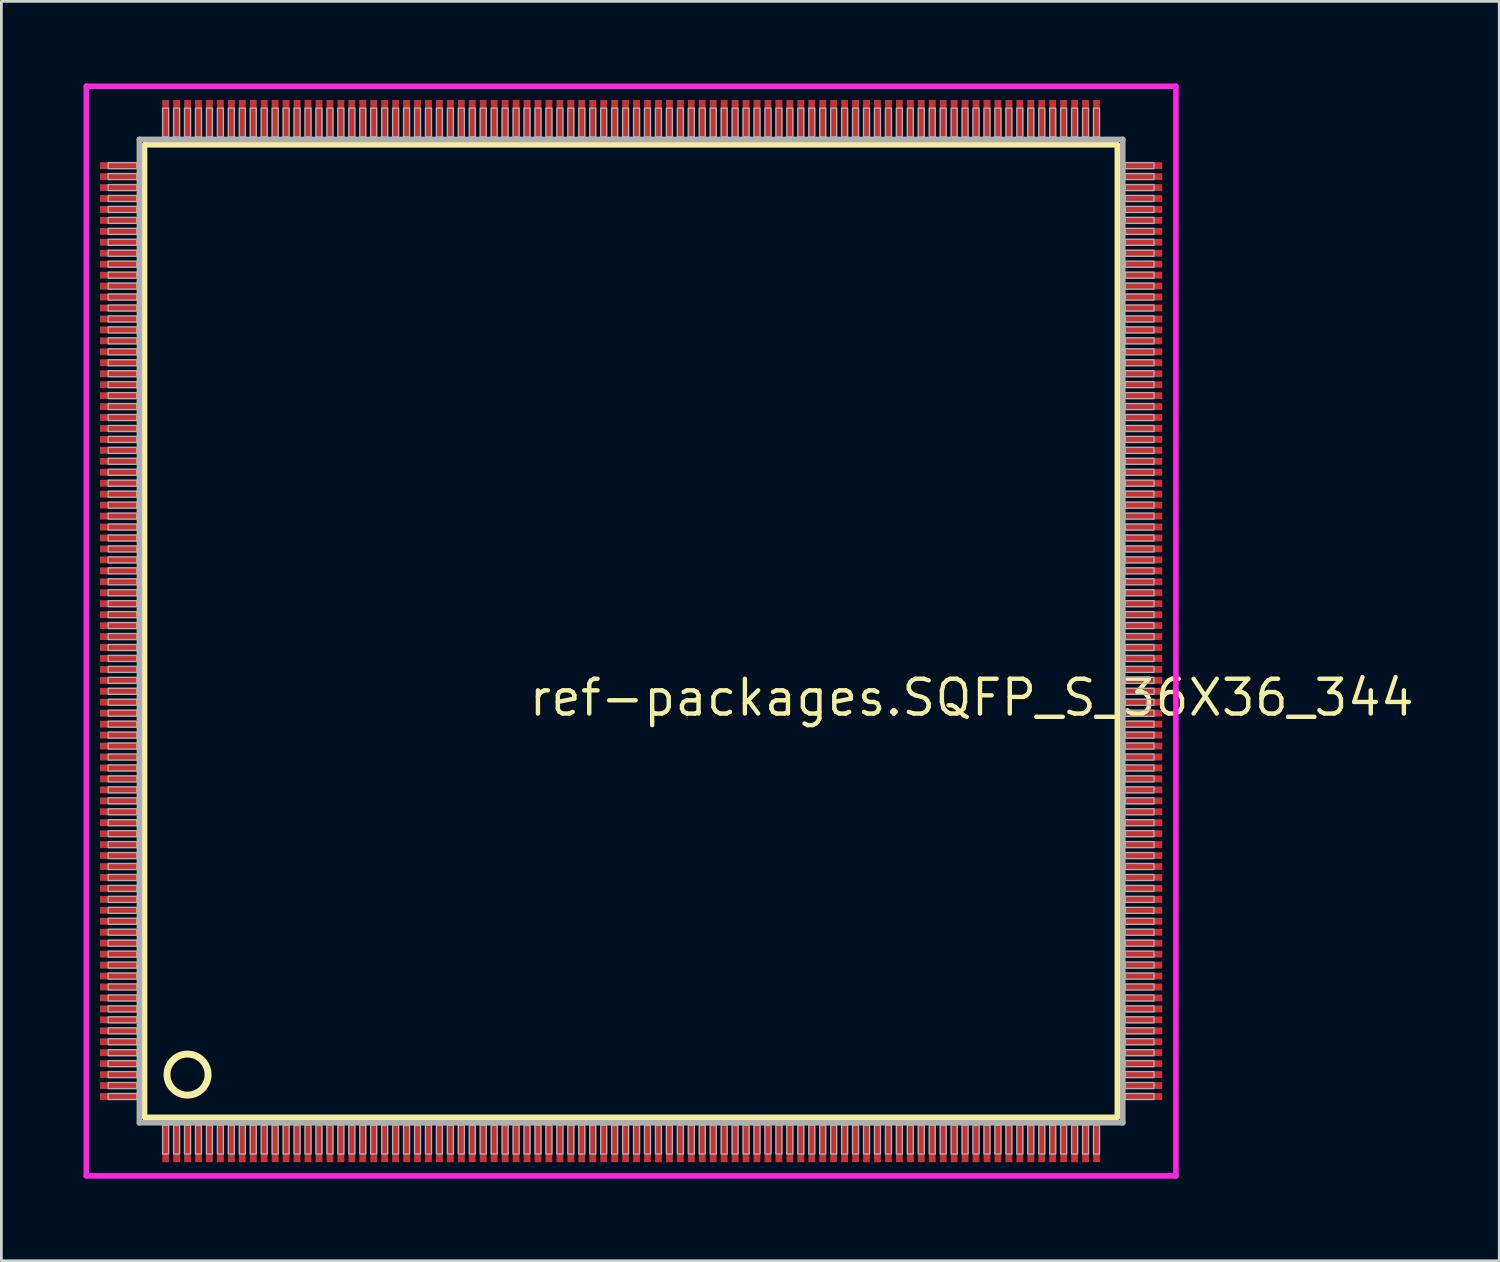
<source format=kicad_pcb>
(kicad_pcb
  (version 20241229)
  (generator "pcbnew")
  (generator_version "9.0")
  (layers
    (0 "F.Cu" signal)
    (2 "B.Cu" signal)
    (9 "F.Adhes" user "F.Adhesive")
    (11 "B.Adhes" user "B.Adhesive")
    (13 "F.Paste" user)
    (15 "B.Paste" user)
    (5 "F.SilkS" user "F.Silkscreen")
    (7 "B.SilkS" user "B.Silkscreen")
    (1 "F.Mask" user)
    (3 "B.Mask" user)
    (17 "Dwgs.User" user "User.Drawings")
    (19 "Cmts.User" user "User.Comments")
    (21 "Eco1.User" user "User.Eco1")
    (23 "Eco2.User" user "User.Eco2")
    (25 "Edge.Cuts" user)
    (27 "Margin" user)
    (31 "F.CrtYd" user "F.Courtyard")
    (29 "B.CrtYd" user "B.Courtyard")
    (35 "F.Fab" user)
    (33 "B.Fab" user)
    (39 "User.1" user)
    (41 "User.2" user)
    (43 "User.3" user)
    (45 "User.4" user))
  (footprint "ref-packages.SQFP_S_36X36_344"
    (layer "F.Cu")
    (at 20 20)
    (property "Reference" "ref-packages.SQFP_S_36X36_344" (at -3.81 3.175 0) (layer "F.SilkS") (effects (font (size 1.27 1.27) (thickness 0.16)) (justify left bottom)))
    (attr smd)
    (fp_line (start -17.77 -17.76) (end 17.76 -17.76) (stroke (width 0.203) (type default)) (layer "F.SilkS"))
    (fp_line (start -17.77 17.76) (end -17.77 -17.76) (stroke (width 0.203) (type default)) (layer "F.SilkS"))
    (fp_line (start 17.76 -17.76) (end 17.76 17.76) (stroke (width 0.203) (type default)) (layer "F.SilkS"))
    (fp_line (start 17.76 17.76) (end -17.77 17.76) (stroke (width 0.203) (type default)) (layer "F.SilkS"))
    (fp_circle (center -16.2 16.2) (end -15.45 16.2) (stroke (width 0.254) (type default)) (fill no) (layer "F.SilkS"))
    (fp_line (start -19.9 -19.9) (end 19.9 -19.9) (stroke (width 0.2) (type default)) (layer "F.CrtYd"))
    (fp_line (start -19.9 19.9) (end -19.9 -19.9) (stroke (width 0.2) (type default)) (layer "F.CrtYd"))
    (fp_line (start 19.9 -19.9) (end 19.9 19.9) (stroke (width 0.2) (type default)) (layer "F.CrtYd"))
    (fp_line (start 19.9 19.9) (end -19.9 19.9) (stroke (width 0.2) (type default)) (layer "F.CrtYd"))
    (fp_line (start -17.96 -17.96) (end -17.96 17.96) (stroke (width 0.203) (type default)) (layer "F.Fab"))
    (fp_line (start -17.96 17.96) (end 17.96 17.96) (stroke (width 0.203) (type default)) (layer "F.Fab"))
    (fp_line (start 17.96 -17.96) (end -17.96 -17.96) (stroke (width 0.203) (type default)) (layer "F.Fab"))
    (fp_line (start 17.96 17.96) (end 17.96 -17.96) (stroke (width 0.203) (type default)) (layer "F.Fab"))
    (fp_rect (start -19.1 -16.89) (end -18.05 -17.11) (stroke (width 0.05) (type default)) (fill no) (layer "F.Fab"))
    (fp_rect (start -19.1 -16.49) (end -18.05 -16.71) (stroke (width 0.05) (type default)) (fill no) (layer "F.Fab"))
    (fp_rect (start -19.1 -16.09) (end -18.05 -16.31) (stroke (width 0.05) (type default)) (fill no) (layer "F.Fab"))
    (fp_rect (start -19.1 -15.69) (end -18.05 -15.91) (stroke (width 0.05) (type default)) (fill no) (layer "F.Fab"))
    (fp_rect (start -19.1 -15.29) (end -18.05 -15.51) (stroke (width 0.05) (type default)) (fill no) (layer "F.Fab"))
    (fp_rect (start -19.1 -14.89) (end -18.05 -15.11) (stroke (width 0.05) (type default)) (fill no) (layer "F.Fab"))
    (fp_rect (start -19.1 -14.49) (end -18.05 -14.71) (stroke (width 0.05) (type default)) (fill no) (layer "F.Fab"))
    (fp_rect (start -19.1 -14.09) (end -18.05 -14.31) (stroke (width 0.05) (type default)) (fill no) (layer "F.Fab"))
    (fp_rect (start -19.1 -13.69) (end -18.05 -13.91) (stroke (width 0.05) (type default)) (fill no) (layer "F.Fab"))
    (fp_rect (start -19.1 -13.29) (end -18.05 -13.51) (stroke (width 0.05) (type default)) (fill no) (layer "F.Fab"))
    (fp_rect (start -19.1 -12.89) (end -18.05 -13.11) (stroke (width 0.05) (type default)) (fill no) (layer "F.Fab"))
    (fp_rect (start -19.1 -12.49) (end -18.05 -12.71) (stroke (width 0.05) (type default)) (fill no) (layer "F.Fab"))
    (fp_rect (start -19.1 -12.09) (end -18.05 -12.31) (stroke (width 0.05) (type default)) (fill no) (layer "F.Fab"))
    (fp_rect (start -19.1 -11.69) (end -18.05 -11.91) (stroke (width 0.05) (type default)) (fill no) (layer "F.Fab"))
    (fp_rect (start -19.1 -11.29) (end -18.05 -11.51) (stroke (width 0.05) (type default)) (fill no) (layer "F.Fab"))
    (fp_rect (start -19.1 -10.89) (end -18.05 -11.11) (stroke (width 0.05) (type default)) (fill no) (layer "F.Fab"))
    (fp_rect (start -19.1 -10.49) (end -18.05 -10.71) (stroke (width 0.05) (type default)) (fill no) (layer "F.Fab"))
    (fp_rect (start -19.1 -10.09) (end -18.05 -10.31) (stroke (width 0.05) (type default)) (fill no) (layer "F.Fab"))
    (fp_rect (start -19.1 -9.69) (end -18.05 -9.91) (stroke (width 0.05) (type default)) (fill no) (layer "F.Fab"))
    (fp_rect (start -19.1 -9.29) (end -18.05 -9.51) (stroke (width 0.05) (type default)) (fill no) (layer "F.Fab"))
    (fp_rect (start -19.1 -8.89) (end -18.05 -9.11) (stroke (width 0.05) (type default)) (fill no) (layer "F.Fab"))
    (fp_rect (start -19.1 -8.49) (end -18.05 -8.71) (stroke (width 0.05) (type default)) (fill no) (layer "F.Fab"))
    (fp_rect (start -19.1 -8.09) (end -18.05 -8.31) (stroke (width 0.05) (type default)) (fill no) (layer "F.Fab"))
    (fp_rect (start -19.1 -7.69) (end -18.05 -7.91) (stroke (width 0.05) (type default)) (fill no) (layer "F.Fab"))
    (fp_rect (start -19.1 -7.29) (end -18.05 -7.51) (stroke (width 0.05) (type default)) (fill no) (layer "F.Fab"))
    (fp_rect (start -19.1 -6.89) (end -18.05 -7.11) (stroke (width 0.05) (type default)) (fill no) (layer "F.Fab"))
    (fp_rect (start -19.1 -6.49) (end -18.05 -6.71) (stroke (width 0.05) (type default)) (fill no) (layer "F.Fab"))
    (fp_rect (start -19.1 -6.09) (end -18.05 -6.31) (stroke (width 0.05) (type default)) (fill no) (layer "F.Fab"))
    (fp_rect (start -19.1 -5.69) (end -18.05 -5.91) (stroke (width 0.05) (type default)) (fill no) (layer "F.Fab"))
    (fp_rect (start -19.1 -5.29) (end -18.05 -5.51) (stroke (width 0.05) (type default)) (fill no) (layer "F.Fab"))
    (fp_rect (start -19.1 -4.89) (end -18.05 -5.11) (stroke (width 0.05) (type default)) (fill no) (layer "F.Fab"))
    (fp_rect (start -19.1 -4.49) (end -18.05 -4.71) (stroke (width 0.05) (type default)) (fill no) (layer "F.Fab"))
    (fp_rect (start -19.1 -4.09) (end -18.05 -4.31) (stroke (width 0.05) (type default)) (fill no) (layer "F.Fab"))
    (fp_rect (start -19.1 -3.69) (end -18.05 -3.91) (stroke (width 0.05) (type default)) (fill no) (layer "F.Fab"))
    (fp_rect (start -19.1 -3.29) (end -18.05 -3.51) (stroke (width 0.05) (type default)) (fill no) (layer "F.Fab"))
    (fp_rect (start -19.1 -2.89) (end -18.05 -3.11) (stroke (width 0.05) (type default)) (fill no) (layer "F.Fab"))
    (fp_rect (start -19.1 -2.49) (end -18.05 -2.71) (stroke (width 0.05) (type default)) (fill no) (layer "F.Fab"))
    (fp_rect (start -19.1 -2.09) (end -18.05 -2.31) (stroke (width 0.05) (type default)) (fill no) (layer "F.Fab"))
    (fp_rect (start -19.1 -1.69) (end -18.05 -1.91) (stroke (width 0.05) (type default)) (fill no) (layer "F.Fab"))
    (fp_rect (start -19.1 -1.29) (end -18.05 -1.51) (stroke (width 0.05) (type default)) (fill no) (layer "F.Fab"))
    (fp_rect (start -19.1 -0.89) (end -18.05 -1.11) (stroke (width 0.05) (type default)) (fill no) (layer "F.Fab"))
    (fp_rect (start -19.1 -0.49) (end -18.05 -0.71) (stroke (width 0.05) (type default)) (fill no) (layer "F.Fab"))
    (fp_rect (start -19.1 -0.09) (end -18.05 -0.31) (stroke (width 0.05) (type default)) (fill no) (layer "F.Fab"))
    (fp_rect (start -19.1 0.31) (end -18.05 0.09) (stroke (width 0.05) (type default)) (fill no) (layer "F.Fab"))
    (fp_rect (start -19.1 0.71) (end -18.05 0.49) (stroke (width 0.05) (type default)) (fill no) (layer "F.Fab"))
    (fp_rect (start -19.1 1.11) (end -18.05 0.89) (stroke (width 0.05) (type default)) (fill no) (layer "F.Fab"))
    (fp_rect (start -19.1 1.51) (end -18.05 1.29) (stroke (width 0.05) (type default)) (fill no) (layer "F.Fab"))
    (fp_rect (start -19.1 1.91) (end -18.05 1.69) (stroke (width 0.05) (type default)) (fill no) (layer "F.Fab"))
    (fp_rect (start -19.1 2.31) (end -18.05 2.09) (stroke (width 0.05) (type default)) (fill no) (layer "F.Fab"))
    (fp_rect (start -19.1 2.71) (end -18.05 2.49) (stroke (width 0.05) (type default)) (fill no) (layer "F.Fab"))
    (fp_rect (start -19.1 3.11) (end -18.05 2.89) (stroke (width 0.05) (type default)) (fill no) (layer "F.Fab"))
    (fp_rect (start -19.1 3.51) (end -18.05 3.29) (stroke (width 0.05) (type default)) (fill no) (layer "F.Fab"))
    (fp_rect (start -19.1 3.91) (end -18.05 3.69) (stroke (width 0.05) (type default)) (fill no) (layer "F.Fab"))
    (fp_rect (start -19.1 4.31) (end -18.05 4.09) (stroke (width 0.05) (type default)) (fill no) (layer "F.Fab"))
    (fp_rect (start -19.1 4.71) (end -18.05 4.49) (stroke (width 0.05) (type default)) (fill no) (layer "F.Fab"))
    (fp_rect (start -19.1 5.11) (end -18.05 4.89) (stroke (width 0.05) (type default)) (fill no) (layer "F.Fab"))
    (fp_rect (start -19.1 5.51) (end -18.05 5.29) (stroke (width 0.05) (type default)) (fill no) (layer "F.Fab"))
    (fp_rect (start -19.1 5.91) (end -18.05 5.69) (stroke (width 0.05) (type default)) (fill no) (layer "F.Fab"))
    (fp_rect (start -19.1 6.31) (end -18.05 6.09) (stroke (width 0.05) (type default)) (fill no) (layer "F.Fab"))
    (fp_rect (start -19.1 6.71) (end -18.05 6.49) (stroke (width 0.05) (type default)) (fill no) (layer "F.Fab"))
    (fp_rect (start -19.1 7.11) (end -18.05 6.89) (stroke (width 0.05) (type default)) (fill no) (layer "F.Fab"))
    (fp_rect (start -19.1 7.51) (end -18.05 7.29) (stroke (width 0.05) (type default)) (fill no) (layer "F.Fab"))
    (fp_rect (start -19.1 7.91) (end -18.05 7.69) (stroke (width 0.05) (type default)) (fill no) (layer "F.Fab"))
    (fp_rect (start -19.1 8.31) (end -18.05 8.09) (stroke (width 0.05) (type default)) (fill no) (layer "F.Fab"))
    (fp_rect (start -19.1 8.71) (end -18.05 8.49) (stroke (width 0.05) (type default)) (fill no) (layer "F.Fab"))
    (fp_rect (start -19.1 9.11) (end -18.05 8.89) (stroke (width 0.05) (type default)) (fill no) (layer "F.Fab"))
    (fp_rect (start -19.1 9.51) (end -18.05 9.29) (stroke (width 0.05) (type default)) (fill no) (layer "F.Fab"))
    (fp_rect (start -19.1 9.91) (end -18.05 9.69) (stroke (width 0.05) (type default)) (fill no) (layer "F.Fab"))
    (fp_rect (start -19.1 10.31) (end -18.05 10.09) (stroke (width 0.05) (type default)) (fill no) (layer "F.Fab"))
    (fp_rect (start -19.1 10.71) (end -18.05 10.49) (stroke (width 0.05) (type default)) (fill no) (layer "F.Fab"))
    (fp_rect (start -19.1 11.11) (end -18.05 10.89) (stroke (width 0.05) (type default)) (fill no) (layer "F.Fab"))
    (fp_rect (start -19.1 11.51) (end -18.05 11.29) (stroke (width 0.05) (type default)) (fill no) (layer "F.Fab"))
    (fp_rect (start -19.1 11.91) (end -18.05 11.69) (stroke (width 0.05) (type default)) (fill no) (layer "F.Fab"))
    (fp_rect (start -19.1 12.31) (end -18.05 12.09) (stroke (width 0.05) (type default)) (fill no) (layer "F.Fab"))
    (fp_rect (start -19.1 12.71) (end -18.05 12.49) (stroke (width 0.05) (type default)) (fill no) (layer "F.Fab"))
    (fp_rect (start -19.1 13.11) (end -18.05 12.89) (stroke (width 0.05) (type default)) (fill no) (layer "F.Fab"))
    (fp_rect (start -19.1 13.51) (end -18.05 13.29) (stroke (width 0.05) (type default)) (fill no) (layer "F.Fab"))
    (fp_rect (start -19.1 13.91) (end -18.05 13.69) (stroke (width 0.05) (type default)) (fill no) (layer "F.Fab"))
    (fp_rect (start -19.1 14.31) (end -18.05 14.09) (stroke (width 0.05) (type default)) (fill no) (layer "F.Fab"))
    (fp_rect (start -19.1 14.71) (end -18.05 14.49) (stroke (width 0.05) (type default)) (fill no) (layer "F.Fab"))
    (fp_rect (start -19.1 15.11) (end -18.05 14.89) (stroke (width 0.05) (type default)) (fill no) (layer "F.Fab"))
    (fp_rect (start -19.1 15.51) (end -18.05 15.29) (stroke (width 0.05) (type default)) (fill no) (layer "F.Fab"))
    (fp_rect (start -19.1 15.91) (end -18.05 15.69) (stroke (width 0.05) (type default)) (fill no) (layer "F.Fab"))
    (fp_rect (start -19.1 16.31) (end -18.05 16.09) (stroke (width 0.05) (type default)) (fill no) (layer "F.Fab"))
    (fp_rect (start -19.1 16.71) (end -18.05 16.49) (stroke (width 0.05) (type default)) (fill no) (layer "F.Fab"))
    (fp_rect (start -19.1 17.11) (end -18.05 16.89) (stroke (width 0.05) (type default)) (fill no) (layer "F.Fab"))
    (fp_rect (start -17.11 -18.05) (end -16.89 -19.1) (stroke (width 0.05) (type default)) (fill no) (layer "F.Fab"))
    (fp_rect (start -17.11 19.1) (end -16.89 18.05) (stroke (width 0.05) (type default)) (fill no) (layer "F.Fab"))
    (fp_rect (start -16.71 -18.05) (end -16.49 -19.1) (stroke (width 0.05) (type default)) (fill no) (layer "F.Fab"))
    (fp_rect (start -16.71 19.1) (end -16.49 18.05) (stroke (width 0.05) (type default)) (fill no) (layer "F.Fab"))
    (fp_rect (start -16.31 -18.05) (end -16.09 -19.1) (stroke (width 0.05) (type default)) (fill no) (layer "F.Fab"))
    (fp_rect (start -16.31 19.1) (end -16.09 18.05) (stroke (width 0.05) (type default)) (fill no) (layer "F.Fab"))
    (fp_rect (start -15.91 -18.05) (end -15.69 -19.1) (stroke (width 0.05) (type default)) (fill no) (layer "F.Fab"))
    (fp_rect (start -15.91 19.1) (end -15.69 18.05) (stroke (width 0.05) (type default)) (fill no) (layer "F.Fab"))
    (fp_rect (start -15.51 -18.05) (end -15.29 -19.1) (stroke (width 0.05) (type default)) (fill no) (layer "F.Fab"))
    (fp_rect (start -15.51 19.1) (end -15.29 18.05) (stroke (width 0.05) (type default)) (fill no) (layer "F.Fab"))
    (fp_rect (start -15.11 -18.05) (end -14.89 -19.1) (stroke (width 0.05) (type default)) (fill no) (layer "F.Fab"))
    (fp_rect (start -15.11 19.1) (end -14.89 18.05) (stroke (width 0.05) (type default)) (fill no) (layer "F.Fab"))
    (fp_rect (start -14.71 -18.05) (end -14.49 -19.1) (stroke (width 0.05) (type default)) (fill no) (layer "F.Fab"))
    (fp_rect (start -14.71 19.1) (end -14.49 18.05) (stroke (width 0.05) (type default)) (fill no) (layer "F.Fab"))
    (fp_rect (start -14.31 -18.05) (end -14.09 -19.1) (stroke (width 0.05) (type default)) (fill no) (layer "F.Fab"))
    (fp_rect (start -14.31 19.1) (end -14.09 18.05) (stroke (width 0.05) (type default)) (fill no) (layer "F.Fab"))
    (fp_rect (start -13.91 -18.05) (end -13.69 -19.1) (stroke (width 0.05) (type default)) (fill no) (layer "F.Fab"))
    (fp_rect (start -13.91 19.1) (end -13.69 18.05) (stroke (width 0.05) (type default)) (fill no) (layer "F.Fab"))
    (fp_rect (start -13.51 -18.05) (end -13.29 -19.1) (stroke (width 0.05) (type default)) (fill no) (layer "F.Fab"))
    (fp_rect (start -13.51 19.1) (end -13.29 18.05) (stroke (width 0.05) (type default)) (fill no) (layer "F.Fab"))
    (fp_rect (start -13.11 -18.05) (end -12.89 -19.1) (stroke (width 0.05) (type default)) (fill no) (layer "F.Fab"))
    (fp_rect (start -13.11 19.1) (end -12.89 18.05) (stroke (width 0.05) (type default)) (fill no) (layer "F.Fab"))
    (fp_rect (start -12.71 -18.05) (end -12.49 -19.1) (stroke (width 0.05) (type default)) (fill no) (layer "F.Fab"))
    (fp_rect (start -12.71 19.1) (end -12.49 18.05) (stroke (width 0.05) (type default)) (fill no) (layer "F.Fab"))
    (fp_rect (start -12.31 -18.05) (end -12.09 -19.1) (stroke (width 0.05) (type default)) (fill no) (layer "F.Fab"))
    (fp_rect (start -12.31 19.1) (end -12.09 18.05) (stroke (width 0.05) (type default)) (fill no) (layer "F.Fab"))
    (fp_rect (start -11.91 -18.05) (end -11.69 -19.1) (stroke (width 0.05) (type default)) (fill no) (layer "F.Fab"))
    (fp_rect (start -11.91 19.1) (end -11.69 18.05) (stroke (width 0.05) (type default)) (fill no) (layer "F.Fab"))
    (fp_rect (start -11.51 -18.05) (end -11.29 -19.1) (stroke (width 0.05) (type default)) (fill no) (layer "F.Fab"))
    (fp_rect (start -11.51 19.1) (end -11.29 18.05) (stroke (width 0.05) (type default)) (fill no) (layer "F.Fab"))
    (fp_rect (start -11.11 -18.05) (end -10.89 -19.1) (stroke (width 0.05) (type default)) (fill no) (layer "F.Fab"))
    (fp_rect (start -11.11 19.1) (end -10.89 18.05) (stroke (width 0.05) (type default)) (fill no) (layer "F.Fab"))
    (fp_rect (start -10.71 -18.05) (end -10.49 -19.1) (stroke (width 0.05) (type default)) (fill no) (layer "F.Fab"))
    (fp_rect (start -10.71 19.1) (end -10.49 18.05) (stroke (width 0.05) (type default)) (fill no) (layer "F.Fab"))
    (fp_rect (start -10.31 -18.05) (end -10.09 -19.1) (stroke (width 0.05) (type default)) (fill no) (layer "F.Fab"))
    (fp_rect (start -10.31 19.1) (end -10.09 18.05) (stroke (width 0.05) (type default)) (fill no) (layer "F.Fab"))
    (fp_rect (start -9.91 -18.05) (end -9.69 -19.1) (stroke (width 0.05) (type default)) (fill no) (layer "F.Fab"))
    (fp_rect (start -9.91 19.1) (end -9.69 18.05) (stroke (width 0.05) (type default)) (fill no) (layer "F.Fab"))
    (fp_rect (start -9.51 -18.05) (end -9.29 -19.1) (stroke (width 0.05) (type default)) (fill no) (layer "F.Fab"))
    (fp_rect (start -9.51 19.1) (end -9.29 18.05) (stroke (width 0.05) (type default)) (fill no) (layer "F.Fab"))
    (fp_rect (start -9.11 -18.05) (end -8.89 -19.1) (stroke (width 0.05) (type default)) (fill no) (layer "F.Fab"))
    (fp_rect (start -9.11 19.1) (end -8.89 18.05) (stroke (width 0.05) (type default)) (fill no) (layer "F.Fab"))
    (fp_rect (start -8.71 -18.05) (end -8.49 -19.1) (stroke (width 0.05) (type default)) (fill no) (layer "F.Fab"))
    (fp_rect (start -8.71 19.1) (end -8.49 18.05) (stroke (width 0.05) (type default)) (fill no) (layer "F.Fab"))
    (fp_rect (start -8.31 -18.05) (end -8.09 -19.1) (stroke (width 0.05) (type default)) (fill no) (layer "F.Fab"))
    (fp_rect (start -8.31 19.1) (end -8.09 18.05) (stroke (width 0.05) (type default)) (fill no) (layer "F.Fab"))
    (fp_rect (start -7.91 -18.05) (end -7.69 -19.1) (stroke (width 0.05) (type default)) (fill no) (layer "F.Fab"))
    (fp_rect (start -7.91 19.1) (end -7.69 18.05) (stroke (width 0.05) (type default)) (fill no) (layer "F.Fab"))
    (fp_rect (start -7.51 -18.05) (end -7.29 -19.1) (stroke (width 0.05) (type default)) (fill no) (layer "F.Fab"))
    (fp_rect (start -7.51 19.1) (end -7.29 18.05) (stroke (width 0.05) (type default)) (fill no) (layer "F.Fab"))
    (fp_rect (start -7.11 -18.05) (end -6.89 -19.1) (stroke (width 0.05) (type default)) (fill no) (layer "F.Fab"))
    (fp_rect (start -7.11 19.1) (end -6.89 18.05) (stroke (width 0.05) (type default)) (fill no) (layer "F.Fab"))
    (fp_rect (start -6.71 -18.05) (end -6.49 -19.1) (stroke (width 0.05) (type default)) (fill no) (layer "F.Fab"))
    (fp_rect (start -6.71 19.1) (end -6.49 18.05) (stroke (width 0.05) (type default)) (fill no) (layer "F.Fab"))
    (fp_rect (start -6.31 -18.05) (end -6.09 -19.1) (stroke (width 0.05) (type default)) (fill no) (layer "F.Fab"))
    (fp_rect (start -6.31 19.1) (end -6.09 18.05) (stroke (width 0.05) (type default)) (fill no) (layer "F.Fab"))
    (fp_rect (start -5.91 -18.05) (end -5.69 -19.1) (stroke (width 0.05) (type default)) (fill no) (layer "F.Fab"))
    (fp_rect (start -5.91 19.1) (end -5.69 18.05) (stroke (width 0.05) (type default)) (fill no) (layer "F.Fab"))
    (fp_rect (start -5.51 -18.05) (end -5.29 -19.1) (stroke (width 0.05) (type default)) (fill no) (layer "F.Fab"))
    (fp_rect (start -5.51 19.1) (end -5.29 18.05) (stroke (width 0.05) (type default)) (fill no) (layer "F.Fab"))
    (fp_rect (start -5.11 -18.05) (end -4.89 -19.1) (stroke (width 0.05) (type default)) (fill no) (layer "F.Fab"))
    (fp_rect (start -5.11 19.1) (end -4.89 18.05) (stroke (width 0.05) (type default)) (fill no) (layer "F.Fab"))
    (fp_rect (start -4.71 -18.05) (end -4.49 -19.1) (stroke (width 0.05) (type default)) (fill no) (layer "F.Fab"))
    (fp_rect (start -4.71 19.1) (end -4.49 18.05) (stroke (width 0.05) (type default)) (fill no) (layer "F.Fab"))
    (fp_rect (start -4.31 -18.05) (end -4.09 -19.1) (stroke (width 0.05) (type default)) (fill no) (layer "F.Fab"))
    (fp_rect (start -4.31 19.1) (end -4.09 18.05) (stroke (width 0.05) (type default)) (fill no) (layer "F.Fab"))
    (fp_rect (start -3.91 -18.05) (end -3.69 -19.1) (stroke (width 0.05) (type default)) (fill no) (layer "F.Fab"))
    (fp_rect (start -3.91 19.1) (end -3.69 18.05) (stroke (width 0.05) (type default)) (fill no) (layer "F.Fab"))
    (fp_rect (start -3.51 -18.05) (end -3.29 -19.1) (stroke (width 0.05) (type default)) (fill no) (layer "F.Fab"))
    (fp_rect (start -3.51 19.1) (end -3.29 18.05) (stroke (width 0.05) (type default)) (fill no) (layer "F.Fab"))
    (fp_rect (start -3.11 -18.05) (end -2.89 -19.1) (stroke (width 0.05) (type default)) (fill no) (layer "F.Fab"))
    (fp_rect (start -3.11 19.1) (end -2.89 18.05) (stroke (width 0.05) (type default)) (fill no) (layer "F.Fab"))
    (fp_rect (start -2.71 -18.05) (end -2.49 -19.1) (stroke (width 0.05) (type default)) (fill no) (layer "F.Fab"))
    (fp_rect (start -2.71 19.1) (end -2.49 18.05) (stroke (width 0.05) (type default)) (fill no) (layer "F.Fab"))
    (fp_rect (start -2.31 -18.05) (end -2.09 -19.1) (stroke (width 0.05) (type default)) (fill no) (layer "F.Fab"))
    (fp_rect (start -2.31 19.1) (end -2.09 18.05) (stroke (width 0.05) (type default)) (fill no) (layer "F.Fab"))
    (fp_rect (start -1.91 -18.05) (end -1.69 -19.1) (stroke (width 0.05) (type default)) (fill no) (layer "F.Fab"))
    (fp_rect (start -1.91 19.1) (end -1.69 18.05) (stroke (width 0.05) (type default)) (fill no) (layer "F.Fab"))
    (fp_rect (start -1.51 -18.05) (end -1.29 -19.1) (stroke (width 0.05) (type default)) (fill no) (layer "F.Fab"))
    (fp_rect (start -1.51 19.1) (end -1.29 18.05) (stroke (width 0.05) (type default)) (fill no) (layer "F.Fab"))
    (fp_rect (start -1.11 -18.05) (end -0.89 -19.1) (stroke (width 0.05) (type default)) (fill no) (layer "F.Fab"))
    (fp_rect (start -1.11 19.1) (end -0.89 18.05) (stroke (width 0.05) (type default)) (fill no) (layer "F.Fab"))
    (fp_rect (start -0.71 -18.05) (end -0.49 -19.1) (stroke (width 0.05) (type default)) (fill no) (layer "F.Fab"))
    (fp_rect (start -0.71 19.1) (end -0.49 18.05) (stroke (width 0.05) (type default)) (fill no) (layer "F.Fab"))
    (fp_rect (start -0.31 -18.05) (end -0.09 -19.1) (stroke (width 0.05) (type default)) (fill no) (layer "F.Fab"))
    (fp_rect (start -0.31 19.1) (end -0.09 18.05) (stroke (width 0.05) (type default)) (fill no) (layer "F.Fab"))
    (fp_rect (start 0.09 -18.05) (end 0.31 -19.1) (stroke (width 0.05) (type default)) (fill no) (layer "F.Fab"))
    (fp_rect (start 0.09 19.1) (end 0.31 18.05) (stroke (width 0.05) (type default)) (fill no) (layer "F.Fab"))
    (fp_rect (start 0.49 -18.05) (end 0.71 -19.1) (stroke (width 0.05) (type default)) (fill no) (layer "F.Fab"))
    (fp_rect (start 0.49 19.1) (end 0.71 18.05) (stroke (width 0.05) (type default)) (fill no) (layer "F.Fab"))
    (fp_rect (start 0.89 -18.05) (end 1.11 -19.1) (stroke (width 0.05) (type default)) (fill no) (layer "F.Fab"))
    (fp_rect (start 0.89 19.1) (end 1.11 18.05) (stroke (width 0.05) (type default)) (fill no) (layer "F.Fab"))
    (fp_rect (start 1.29 -18.05) (end 1.51 -19.1) (stroke (width 0.05) (type default)) (fill no) (layer "F.Fab"))
    (fp_rect (start 1.29 19.1) (end 1.51 18.05) (stroke (width 0.05) (type default)) (fill no) (layer "F.Fab"))
    (fp_rect (start 1.69 -18.05) (end 1.91 -19.1) (stroke (width 0.05) (type default)) (fill no) (layer "F.Fab"))
    (fp_rect (start 1.69 19.1) (end 1.91 18.05) (stroke (width 0.05) (type default)) (fill no) (layer "F.Fab"))
    (fp_rect (start 2.09 -18.05) (end 2.31 -19.1) (stroke (width 0.05) (type default)) (fill no) (layer "F.Fab"))
    (fp_rect (start 2.09 19.1) (end 2.31 18.05) (stroke (width 0.05) (type default)) (fill no) (layer "F.Fab"))
    (fp_rect (start 2.49 -18.05) (end 2.71 -19.1) (stroke (width 0.05) (type default)) (fill no) (layer "F.Fab"))
    (fp_rect (start 2.49 19.1) (end 2.71 18.05) (stroke (width 0.05) (type default)) (fill no) (layer "F.Fab"))
    (fp_rect (start 2.89 -18.05) (end 3.11 -19.1) (stroke (width 0.05) (type default)) (fill no) (layer "F.Fab"))
    (fp_rect (start 2.89 19.1) (end 3.11 18.05) (stroke (width 0.05) (type default)) (fill no) (layer "F.Fab"))
    (fp_rect (start 3.29 -18.05) (end 3.51 -19.1) (stroke (width 0.05) (type default)) (fill no) (layer "F.Fab"))
    (fp_rect (start 3.29 19.1) (end 3.51 18.05) (stroke (width 0.05) (type default)) (fill no) (layer "F.Fab"))
    (fp_rect (start 3.69 -18.05) (end 3.91 -19.1) (stroke (width 0.05) (type default)) (fill no) (layer "F.Fab"))
    (fp_rect (start 3.69 19.1) (end 3.91 18.05) (stroke (width 0.05) (type default)) (fill no) (layer "F.Fab"))
    (fp_rect (start 4.09 -18.05) (end 4.31 -19.1) (stroke (width 0.05) (type default)) (fill no) (layer "F.Fab"))
    (fp_rect (start 4.09 19.1) (end 4.31 18.05) (stroke (width 0.05) (type default)) (fill no) (layer "F.Fab"))
    (fp_rect (start 4.49 -18.05) (end 4.71 -19.1) (stroke (width 0.05) (type default)) (fill no) (layer "F.Fab"))
    (fp_rect (start 4.49 19.1) (end 4.71 18.05) (stroke (width 0.05) (type default)) (fill no) (layer "F.Fab"))
    (fp_rect (start 4.89 -18.05) (end 5.11 -19.1) (stroke (width 0.05) (type default)) (fill no) (layer "F.Fab"))
    (fp_rect (start 4.89 19.1) (end 5.11 18.05) (stroke (width 0.05) (type default)) (fill no) (layer "F.Fab"))
    (fp_rect (start 5.29 -18.05) (end 5.51 -19.1) (stroke (width 0.05) (type default)) (fill no) (layer "F.Fab"))
    (fp_rect (start 5.29 19.1) (end 5.51 18.05) (stroke (width 0.05) (type default)) (fill no) (layer "F.Fab"))
    (fp_rect (start 5.69 -18.05) (end 5.91 -19.1) (stroke (width 0.05) (type default)) (fill no) (layer "F.Fab"))
    (fp_rect (start 5.69 19.1) (end 5.91 18.05) (stroke (width 0.05) (type default)) (fill no) (layer "F.Fab"))
    (fp_rect (start 6.09 -18.05) (end 6.31 -19.1) (stroke (width 0.05) (type default)) (fill no) (layer "F.Fab"))
    (fp_rect (start 6.09 19.1) (end 6.31 18.05) (stroke (width 0.05) (type default)) (fill no) (layer "F.Fab"))
    (fp_rect (start 6.49 -18.05) (end 6.71 -19.1) (stroke (width 0.05) (type default)) (fill no) (layer "F.Fab"))
    (fp_rect (start 6.49 19.1) (end 6.71 18.05) (stroke (width 0.05) (type default)) (fill no) (layer "F.Fab"))
    (fp_rect (start 6.89 -18.05) (end 7.11 -19.1) (stroke (width 0.05) (type default)) (fill no) (layer "F.Fab"))
    (fp_rect (start 6.89 19.1) (end 7.11 18.05) (stroke (width 0.05) (type default)) (fill no) (layer "F.Fab"))
    (fp_rect (start 7.29 -18.05) (end 7.51 -19.1) (stroke (width 0.05) (type default)) (fill no) (layer "F.Fab"))
    (fp_rect (start 7.29 19.1) (end 7.51 18.05) (stroke (width 0.05) (type default)) (fill no) (layer "F.Fab"))
    (fp_rect (start 7.69 -18.05) (end 7.91 -19.1) (stroke (width 0.05) (type default)) (fill no) (layer "F.Fab"))
    (fp_rect (start 7.69 19.1) (end 7.91 18.05) (stroke (width 0.05) (type default)) (fill no) (layer "F.Fab"))
    (fp_rect (start 8.09 -18.05) (end 8.31 -19.1) (stroke (width 0.05) (type default)) (fill no) (layer "F.Fab"))
    (fp_rect (start 8.09 19.1) (end 8.31 18.05) (stroke (width 0.05) (type default)) (fill no) (layer "F.Fab"))
    (fp_rect (start 8.49 -18.05) (end 8.71 -19.1) (stroke (width 0.05) (type default)) (fill no) (layer "F.Fab"))
    (fp_rect (start 8.49 19.1) (end 8.71 18.05) (stroke (width 0.05) (type default)) (fill no) (layer "F.Fab"))
    (fp_rect (start 8.89 -18.05) (end 9.11 -19.1) (stroke (width 0.05) (type default)) (fill no) (layer "F.Fab"))
    (fp_rect (start 8.89 19.1) (end 9.11 18.05) (stroke (width 0.05) (type default)) (fill no) (layer "F.Fab"))
    (fp_rect (start 9.29 -18.05) (end 9.51 -19.1) (stroke (width 0.05) (type default)) (fill no) (layer "F.Fab"))
    (fp_rect (start 9.29 19.1) (end 9.51 18.05) (stroke (width 0.05) (type default)) (fill no) (layer "F.Fab"))
    (fp_rect (start 9.69 -18.05) (end 9.91 -19.1) (stroke (width 0.05) (type default)) (fill no) (layer "F.Fab"))
    (fp_rect (start 9.69 19.1) (end 9.91 18.05) (stroke (width 0.05) (type default)) (fill no) (layer "F.Fab"))
    (fp_rect (start 10.09 -18.05) (end 10.31 -19.1) (stroke (width 0.05) (type default)) (fill no) (layer "F.Fab"))
    (fp_rect (start 10.09 19.1) (end 10.31 18.05) (stroke (width 0.05) (type default)) (fill no) (layer "F.Fab"))
    (fp_rect (start 10.49 -18.05) (end 10.71 -19.1) (stroke (width 0.05) (type default)) (fill no) (layer "F.Fab"))
    (fp_rect (start 10.49 19.1) (end 10.71 18.05) (stroke (width 0.05) (type default)) (fill no) (layer "F.Fab"))
    (fp_rect (start 10.89 -18.05) (end 11.11 -19.1) (stroke (width 0.05) (type default)) (fill no) (layer "F.Fab"))
    (fp_rect (start 10.89 19.1) (end 11.11 18.05) (stroke (width 0.05) (type default)) (fill no) (layer "F.Fab"))
    (fp_rect (start 11.29 -18.05) (end 11.51 -19.1) (stroke (width 0.05) (type default)) (fill no) (layer "F.Fab"))
    (fp_rect (start 11.29 19.1) (end 11.51 18.05) (stroke (width 0.05) (type default)) (fill no) (layer "F.Fab"))
    (fp_rect (start 11.69 -18.05) (end 11.91 -19.1) (stroke (width 0.05) (type default)) (fill no) (layer "F.Fab"))
    (fp_rect (start 11.69 19.1) (end 11.91 18.05) (stroke (width 0.05) (type default)) (fill no) (layer "F.Fab"))
    (fp_rect (start 12.09 -18.05) (end 12.31 -19.1) (stroke (width 0.05) (type default)) (fill no) (layer "F.Fab"))
    (fp_rect (start 12.09 19.1) (end 12.31 18.05) (stroke (width 0.05) (type default)) (fill no) (layer "F.Fab"))
    (fp_rect (start 12.49 -18.05) (end 12.71 -19.1) (stroke (width 0.05) (type default)) (fill no) (layer "F.Fab"))
    (fp_rect (start 12.49 19.1) (end 12.71 18.05) (stroke (width 0.05) (type default)) (fill no) (layer "F.Fab"))
    (fp_rect (start 12.89 -18.05) (end 13.11 -19.1) (stroke (width 0.05) (type default)) (fill no) (layer "F.Fab"))
    (fp_rect (start 12.89 19.1) (end 13.11 18.05) (stroke (width 0.05) (type default)) (fill no) (layer "F.Fab"))
    (fp_rect (start 13.29 -18.05) (end 13.51 -19.1) (stroke (width 0.05) (type default)) (fill no) (layer "F.Fab"))
    (fp_rect (start 13.29 19.1) (end 13.51 18.05) (stroke (width 0.05) (type default)) (fill no) (layer "F.Fab"))
    (fp_rect (start 13.69 -18.05) (end 13.91 -19.1) (stroke (width 0.05) (type default)) (fill no) (layer "F.Fab"))
    (fp_rect (start 13.69 19.1) (end 13.91 18.05) (stroke (width 0.05) (type default)) (fill no) (layer "F.Fab"))
    (fp_rect (start 14.09 -18.05) (end 14.31 -19.1) (stroke (width 0.05) (type default)) (fill no) (layer "F.Fab"))
    (fp_rect (start 14.09 19.1) (end 14.31 18.05) (stroke (width 0.05) (type default)) (fill no) (layer "F.Fab"))
    (fp_rect (start 14.49 -18.05) (end 14.71 -19.1) (stroke (width 0.05) (type default)) (fill no) (layer "F.Fab"))
    (fp_rect (start 14.49 19.1) (end 14.71 18.05) (stroke (width 0.05) (type default)) (fill no) (layer "F.Fab"))
    (fp_rect (start 14.89 -18.05) (end 15.11 -19.1) (stroke (width 0.05) (type default)) (fill no) (layer "F.Fab"))
    (fp_rect (start 14.89 19.1) (end 15.11 18.05) (stroke (width 0.05) (type default)) (fill no) (layer "F.Fab"))
    (fp_rect (start 15.29 -18.05) (end 15.51 -19.1) (stroke (width 0.05) (type default)) (fill no) (layer "F.Fab"))
    (fp_rect (start 15.29 19.1) (end 15.51 18.05) (stroke (width 0.05) (type default)) (fill no) (layer "F.Fab"))
    (fp_rect (start 15.69 -18.05) (end 15.91 -19.1) (stroke (width 0.05) (type default)) (fill no) (layer "F.Fab"))
    (fp_rect (start 15.69 19.1) (end 15.91 18.05) (stroke (width 0.05) (type default)) (fill no) (layer "F.Fab"))
    (fp_rect (start 16.09 -18.05) (end 16.31 -19.1) (stroke (width 0.05) (type default)) (fill no) (layer "F.Fab"))
    (fp_rect (start 16.09 19.1) (end 16.31 18.05) (stroke (width 0.05) (type default)) (fill no) (layer "F.Fab"))
    (fp_rect (start 16.49 -18.05) (end 16.71 -19.1) (stroke (width 0.05) (type default)) (fill no) (layer "F.Fab"))
    (fp_rect (start 16.49 19.1) (end 16.71 18.05) (stroke (width 0.05) (type default)) (fill no) (layer "F.Fab"))
    (fp_rect (start 16.89 -18.05) (end 17.11 -19.1) (stroke (width 0.05) (type default)) (fill no) (layer "F.Fab"))
    (fp_rect (start 16.89 19.1) (end 17.11 18.05) (stroke (width 0.05) (type default)) (fill no) (layer "F.Fab"))
    (fp_rect (start 18.05 -16.89) (end 19.1 -17.11) (stroke (width 0.05) (type default)) (fill no) (layer "F.Fab"))
    (fp_rect (start 18.05 -16.49) (end 19.1 -16.71) (stroke (width 0.05) (type default)) (fill no) (layer "F.Fab"))
    (fp_rect (start 18.05 -16.09) (end 19.1 -16.31) (stroke (width 0.05) (type default)) (fill no) (layer "F.Fab"))
    (fp_rect (start 18.05 -15.69) (end 19.1 -15.91) (stroke (width 0.05) (type default)) (fill no) (layer "F.Fab"))
    (fp_rect (start 18.05 -15.29) (end 19.1 -15.51) (stroke (width 0.05) (type default)) (fill no) (layer "F.Fab"))
    (fp_rect (start 18.05 -14.89) (end 19.1 -15.11) (stroke (width 0.05) (type default)) (fill no) (layer "F.Fab"))
    (fp_rect (start 18.05 -14.49) (end 19.1 -14.71) (stroke (width 0.05) (type default)) (fill no) (layer "F.Fab"))
    (fp_rect (start 18.05 -14.09) (end 19.1 -14.31) (stroke (width 0.05) (type default)) (fill no) (layer "F.Fab"))
    (fp_rect (start 18.05 -13.69) (end 19.1 -13.91) (stroke (width 0.05) (type default)) (fill no) (layer "F.Fab"))
    (fp_rect (start 18.05 -13.29) (end 19.1 -13.51) (stroke (width 0.05) (type default)) (fill no) (layer "F.Fab"))
    (fp_rect (start 18.05 -12.89) (end 19.1 -13.11) (stroke (width 0.05) (type default)) (fill no) (layer "F.Fab"))
    (fp_rect (start 18.05 -12.49) (end 19.1 -12.71) (stroke (width 0.05) (type default)) (fill no) (layer "F.Fab"))
    (fp_rect (start 18.05 -12.09) (end 19.1 -12.31) (stroke (width 0.05) (type default)) (fill no) (layer "F.Fab"))
    (fp_rect (start 18.05 -11.69) (end 19.1 -11.91) (stroke (width 0.05) (type default)) (fill no) (layer "F.Fab"))
    (fp_rect (start 18.05 -11.29) (end 19.1 -11.51) (stroke (width 0.05) (type default)) (fill no) (layer "F.Fab"))
    (fp_rect (start 18.05 -10.89) (end 19.1 -11.11) (stroke (width 0.05) (type default)) (fill no) (layer "F.Fab"))
    (fp_rect (start 18.05 -10.49) (end 19.1 -10.71) (stroke (width 0.05) (type default)) (fill no) (layer "F.Fab"))
    (fp_rect (start 18.05 -10.09) (end 19.1 -10.31) (stroke (width 0.05) (type default)) (fill no) (layer "F.Fab"))
    (fp_rect (start 18.05 -9.69) (end 19.1 -9.91) (stroke (width 0.05) (type default)) (fill no) (layer "F.Fab"))
    (fp_rect (start 18.05 -9.29) (end 19.1 -9.51) (stroke (width 0.05) (type default)) (fill no) (layer "F.Fab"))
    (fp_rect (start 18.05 -8.89) (end 19.1 -9.11) (stroke (width 0.05) (type default)) (fill no) (layer "F.Fab"))
    (fp_rect (start 18.05 -8.49) (end 19.1 -8.71) (stroke (width 0.05) (type default)) (fill no) (layer "F.Fab"))
    (fp_rect (start 18.05 -8.09) (end 19.1 -8.31) (stroke (width 0.05) (type default)) (fill no) (layer "F.Fab"))
    (fp_rect (start 18.05 -7.69) (end 19.1 -7.91) (stroke (width 0.05) (type default)) (fill no) (layer "F.Fab"))
    (fp_rect (start 18.05 -7.29) (end 19.1 -7.51) (stroke (width 0.05) (type default)) (fill no) (layer "F.Fab"))
    (fp_rect (start 18.05 -6.89) (end 19.1 -7.11) (stroke (width 0.05) (type default)) (fill no) (layer "F.Fab"))
    (fp_rect (start 18.05 -6.49) (end 19.1 -6.71) (stroke (width 0.05) (type default)) (fill no) (layer "F.Fab"))
    (fp_rect (start 18.05 -6.09) (end 19.1 -6.31) (stroke (width 0.05) (type default)) (fill no) (layer "F.Fab"))
    (fp_rect (start 18.05 -5.69) (end 19.1 -5.91) (stroke (width 0.05) (type default)) (fill no) (layer "F.Fab"))
    (fp_rect (start 18.05 -5.29) (end 19.1 -5.51) (stroke (width 0.05) (type default)) (fill no) (layer "F.Fab"))
    (fp_rect (start 18.05 -4.89) (end 19.1 -5.11) (stroke (width 0.05) (type default)) (fill no) (layer "F.Fab"))
    (fp_rect (start 18.05 -4.49) (end 19.1 -4.71) (stroke (width 0.05) (type default)) (fill no) (layer "F.Fab"))
    (fp_rect (start 18.05 -4.09) (end 19.1 -4.31) (stroke (width 0.05) (type default)) (fill no) (layer "F.Fab"))
    (fp_rect (start 18.05 -3.69) (end 19.1 -3.91) (stroke (width 0.05) (type default)) (fill no) (layer "F.Fab"))
    (fp_rect (start 18.05 -3.29) (end 19.1 -3.51) (stroke (width 0.05) (type default)) (fill no) (layer "F.Fab"))
    (fp_rect (start 18.05 -2.89) (end 19.1 -3.11) (stroke (width 0.05) (type default)) (fill no) (layer "F.Fab"))
    (fp_rect (start 18.05 -2.49) (end 19.1 -2.71) (stroke (width 0.05) (type default)) (fill no) (layer "F.Fab"))
    (fp_rect (start 18.05 -2.09) (end 19.1 -2.31) (stroke (width 0.05) (type default)) (fill no) (layer "F.Fab"))
    (fp_rect (start 18.05 -1.69) (end 19.1 -1.91) (stroke (width 0.05) (type default)) (fill no) (layer "F.Fab"))
    (fp_rect (start 18.05 -1.29) (end 19.1 -1.51) (stroke (width 0.05) (type default)) (fill no) (layer "F.Fab"))
    (fp_rect (start 18.05 -0.89) (end 19.1 -1.11) (stroke (width 0.05) (type default)) (fill no) (layer "F.Fab"))
    (fp_rect (start 18.05 -0.49) (end 19.1 -0.71) (stroke (width 0.05) (type default)) (fill no) (layer "F.Fab"))
    (fp_rect (start 18.05 -0.09) (end 19.1 -0.31) (stroke (width 0.05) (type default)) (fill no) (layer "F.Fab"))
    (fp_rect (start 18.05 0.31) (end 19.1 0.09) (stroke (width 0.05) (type default)) (fill no) (layer "F.Fab"))
    (fp_rect (start 18.05 0.71) (end 19.1 0.49) (stroke (width 0.05) (type default)) (fill no) (layer "F.Fab"))
    (fp_rect (start 18.05 1.11) (end 19.1 0.89) (stroke (width 0.05) (type default)) (fill no) (layer "F.Fab"))
    (fp_rect (start 18.05 1.51) (end 19.1 1.29) (stroke (width 0.05) (type default)) (fill no) (layer "F.Fab"))
    (fp_rect (start 18.05 1.91) (end 19.1 1.69) (stroke (width 0.05) (type default)) (fill no) (layer "F.Fab"))
    (fp_rect (start 18.05 2.31) (end 19.1 2.09) (stroke (width 0.05) (type default)) (fill no) (layer "F.Fab"))
    (fp_rect (start 18.05 2.71) (end 19.1 2.49) (stroke (width 0.05) (type default)) (fill no) (layer "F.Fab"))
    (fp_rect (start 18.05 3.11) (end 19.1 2.89) (stroke (width 0.05) (type default)) (fill no) (layer "F.Fab"))
    (fp_rect (start 18.05 3.51) (end 19.1 3.29) (stroke (width 0.05) (type default)) (fill no) (layer "F.Fab"))
    (fp_rect (start 18.05 3.91) (end 19.1 3.69) (stroke (width 0.05) (type default)) (fill no) (layer "F.Fab"))
    (fp_rect (start 18.05 4.31) (end 19.1 4.09) (stroke (width 0.05) (type default)) (fill no) (layer "F.Fab"))
    (fp_rect (start 18.05 4.71) (end 19.1 4.49) (stroke (width 0.05) (type default)) (fill no) (layer "F.Fab"))
    (fp_rect (start 18.05 5.11) (end 19.1 4.89) (stroke (width 0.05) (type default)) (fill no) (layer "F.Fab"))
    (fp_rect (start 18.05 5.51) (end 19.1 5.29) (stroke (width 0.05) (type default)) (fill no) (layer "F.Fab"))
    (fp_rect (start 18.05 5.91) (end 19.1 5.69) (stroke (width 0.05) (type default)) (fill no) (layer "F.Fab"))
    (fp_rect (start 18.05 6.31) (end 19.1 6.09) (stroke (width 0.05) (type default)) (fill no) (layer "F.Fab"))
    (fp_rect (start 18.05 6.71) (end 19.1 6.49) (stroke (width 0.05) (type default)) (fill no) (layer "F.Fab"))
    (fp_rect (start 18.05 7.11) (end 19.1 6.89) (stroke (width 0.05) (type default)) (fill no) (layer "F.Fab"))
    (fp_rect (start 18.05 7.51) (end 19.1 7.29) (stroke (width 0.05) (type default)) (fill no) (layer "F.Fab"))
    (fp_rect (start 18.05 7.91) (end 19.1 7.69) (stroke (width 0.05) (type default)) (fill no) (layer "F.Fab"))
    (fp_rect (start 18.05 8.31) (end 19.1 8.09) (stroke (width 0.05) (type default)) (fill no) (layer "F.Fab"))
    (fp_rect (start 18.05 8.71) (end 19.1 8.49) (stroke (width 0.05) (type default)) (fill no) (layer "F.Fab"))
    (fp_rect (start 18.05 9.11) (end 19.1 8.89) (stroke (width 0.05) (type default)) (fill no) (layer "F.Fab"))
    (fp_rect (start 18.05 9.51) (end 19.1 9.29) (stroke (width 0.05) (type default)) (fill no) (layer "F.Fab"))
    (fp_rect (start 18.05 9.91) (end 19.1 9.69) (stroke (width 0.05) (type default)) (fill no) (layer "F.Fab"))
    (fp_rect (start 18.05 10.31) (end 19.1 10.09) (stroke (width 0.05) (type default)) (fill no) (layer "F.Fab"))
    (fp_rect (start 18.05 10.71) (end 19.1 10.49) (stroke (width 0.05) (type default)) (fill no) (layer "F.Fab"))
    (fp_rect (start 18.05 11.11) (end 19.1 10.89) (stroke (width 0.05) (type default)) (fill no) (layer "F.Fab"))
    (fp_rect (start 18.05 11.51) (end 19.1 11.29) (stroke (width 0.05) (type default)) (fill no) (layer "F.Fab"))
    (fp_rect (start 18.05 11.91) (end 19.1 11.69) (stroke (width 0.05) (type default)) (fill no) (layer "F.Fab"))
    (fp_rect (start 18.05 12.31) (end 19.1 12.09) (stroke (width 0.05) (type default)) (fill no) (layer "F.Fab"))
    (fp_rect (start 18.05 12.71) (end 19.1 12.49) (stroke (width 0.05) (type default)) (fill no) (layer "F.Fab"))
    (fp_rect (start 18.05 13.11) (end 19.1 12.89) (stroke (width 0.05) (type default)) (fill no) (layer "F.Fab"))
    (fp_rect (start 18.05 13.51) (end 19.1 13.29) (stroke (width 0.05) (type default)) (fill no) (layer "F.Fab"))
    (fp_rect (start 18.05 13.91) (end 19.1 13.69) (stroke (width 0.05) (type default)) (fill no) (layer "F.Fab"))
    (fp_rect (start 18.05 14.31) (end 19.1 14.09) (stroke (width 0.05) (type default)) (fill no) (layer "F.Fab"))
    (fp_rect (start 18.05 14.71) (end 19.1 14.49) (stroke (width 0.05) (type default)) (fill no) (layer "F.Fab"))
    (fp_rect (start 18.05 15.11) (end 19.1 14.89) (stroke (width 0.05) (type default)) (fill no) (layer "F.Fab"))
    (fp_rect (start 18.05 15.51) (end 19.1 15.29) (stroke (width 0.05) (type default)) (fill no) (layer "F.Fab"))
    (fp_rect (start 18.05 15.91) (end 19.1 15.69) (stroke (width 0.05) (type default)) (fill no) (layer "F.Fab"))
    (fp_rect (start 18.05 16.31) (end 19.1 16.09) (stroke (width 0.05) (type default)) (fill no) (layer "F.Fab"))
    (fp_rect (start 18.05 16.71) (end 19.1 16.49) (stroke (width 0.05) (type default)) (fill no) (layer "F.Fab"))
    (fp_rect (start 18.05 17.11) (end 19.1 16.89) (stroke (width 0.05) (type default)) (fill no) (layer "F.Fab"))
    (pad "1" smd roundrect (at -17 18.6) (size 0.25 1.6) (layers "F.Cu" "F.Mask" "F.Paste") (roundrect_rratio 0.01))
    (pad "2" smd roundrect (at -16.6 18.6) (size 0.25 1.6) (layers "F.Cu" "F.Mask" "F.Paste") (roundrect_rratio 0.01))
    (pad "3" smd roundrect (at -16.2 18.6) (size 0.25 1.6) (layers "F.Cu" "F.Mask" "F.Paste") (roundrect_rratio 0.01))
    (pad "4" smd roundrect (at -15.8 18.6) (size 0.25 1.6) (layers "F.Cu" "F.Mask" "F.Paste") (roundrect_rratio 0.01))
    (pad "5" smd roundrect (at -15.4 18.6) (size 0.25 1.6) (layers "F.Cu" "F.Mask" "F.Paste") (roundrect_rratio 0.01))
    (pad "6" smd roundrect (at -15 18.6) (size 0.25 1.6) (layers "F.Cu" "F.Mask" "F.Paste") (roundrect_rratio 0.01))
    (pad "7" smd roundrect (at -14.6 18.6) (size 0.25 1.6) (layers "F.Cu" "F.Mask" "F.Paste") (roundrect_rratio 0.01))
    (pad "8" smd roundrect (at -14.2 18.6) (size 0.25 1.6) (layers "F.Cu" "F.Mask" "F.Paste") (roundrect_rratio 0.01))
    (pad "9" smd roundrect (at -13.8 18.6) (size 0.25 1.6) (layers "F.Cu" "F.Mask" "F.Paste") (roundrect_rratio 0.01))
    (pad "10" smd roundrect (at -13.4 18.6) (size 0.25 1.6) (layers "F.Cu" "F.Mask" "F.Paste") (roundrect_rratio 0.01))
    (pad "11" smd roundrect (at -13 18.6) (size 0.25 1.6) (layers "F.Cu" "F.Mask" "F.Paste") (roundrect_rratio 0.01))
    (pad "12" smd roundrect (at -12.6 18.6) (size 0.25 1.6) (layers "F.Cu" "F.Mask" "F.Paste") (roundrect_rratio 0.01))
    (pad "13" smd roundrect (at -12.2 18.6) (size 0.25 1.6) (layers "F.Cu" "F.Mask" "F.Paste") (roundrect_rratio 0.01))
    (pad "14" smd roundrect (at -11.8 18.6) (size 0.25 1.6) (layers "F.Cu" "F.Mask" "F.Paste") (roundrect_rratio 0.01))
    (pad "15" smd roundrect (at -11.4 18.6) (size 0.25 1.6) (layers "F.Cu" "F.Mask" "F.Paste") (roundrect_rratio 0.01))
    (pad "16" smd roundrect (at -11 18.6) (size 0.25 1.6) (layers "F.Cu" "F.Mask" "F.Paste") (roundrect_rratio 0.01))
    (pad "17" smd roundrect (at -10.6 18.6) (size 0.25 1.6) (layers "F.Cu" "F.Mask" "F.Paste") (roundrect_rratio 0.01))
    (pad "18" smd roundrect (at -10.2 18.6) (size 0.25 1.6) (layers "F.Cu" "F.Mask" "F.Paste") (roundrect_rratio 0.01))
    (pad "19" smd roundrect (at -9.8 18.6) (size 0.25 1.6) (layers "F.Cu" "F.Mask" "F.Paste") (roundrect_rratio 0.01))
    (pad "20" smd roundrect (at -9.4 18.6) (size 0.25 1.6) (layers "F.Cu" "F.Mask" "F.Paste") (roundrect_rratio 0.01))
    (pad "21" smd roundrect (at -9 18.6) (size 0.25 1.6) (layers "F.Cu" "F.Mask" "F.Paste") (roundrect_rratio 0.01))
    (pad "22" smd roundrect (at -8.6 18.6) (size 0.25 1.6) (layers "F.Cu" "F.Mask" "F.Paste") (roundrect_rratio 0.01))
    (pad "23" smd roundrect (at -8.2 18.6) (size 0.25 1.6) (layers "F.Cu" "F.Mask" "F.Paste") (roundrect_rratio 0.01))
    (pad "24" smd roundrect (at -7.8 18.6) (size 0.25 1.6) (layers "F.Cu" "F.Mask" "F.Paste") (roundrect_rratio 0.01))
    (pad "25" smd roundrect (at -7.4 18.6) (size 0.25 1.6) (layers "F.Cu" "F.Mask" "F.Paste") (roundrect_rratio 0.01))
    (pad "26" smd roundrect (at -7 18.6) (size 0.25 1.6) (layers "F.Cu" "F.Mask" "F.Paste") (roundrect_rratio 0.01))
    (pad "27" smd roundrect (at -6.6 18.6) (size 0.25 1.6) (layers "F.Cu" "F.Mask" "F.Paste") (roundrect_rratio 0.01))
    (pad "28" smd roundrect (at -6.2 18.6) (size 0.25 1.6) (layers "F.Cu" "F.Mask" "F.Paste") (roundrect_rratio 0.01))
    (pad "29" smd roundrect (at -5.8 18.6) (size 0.25 1.6) (layers "F.Cu" "F.Mask" "F.Paste") (roundrect_rratio 0.01))
    (pad "30" smd roundrect (at -5.4 18.6) (size 0.25 1.6) (layers "F.Cu" "F.Mask" "F.Paste") (roundrect_rratio 0.01))
    (pad "31" smd roundrect (at -5 18.6) (size 0.25 1.6) (layers "F.Cu" "F.Mask" "F.Paste") (roundrect_rratio 0.01))
    (pad "32" smd roundrect (at -4.6 18.6) (size 0.25 1.6) (layers "F.Cu" "F.Mask" "F.Paste") (roundrect_rratio 0.01))
    (pad "33" smd roundrect (at -4.2 18.6) (size 0.25 1.6) (layers "F.Cu" "F.Mask" "F.Paste") (roundrect_rratio 0.01))
    (pad "34" smd roundrect (at -3.8 18.6) (size 0.25 1.6) (layers "F.Cu" "F.Mask" "F.Paste") (roundrect_rratio 0.01))
    (pad "35" smd roundrect (at -3.4 18.6) (size 0.25 1.6) (layers "F.Cu" "F.Mask" "F.Paste") (roundrect_rratio 0.01))
    (pad "36" smd roundrect (at -3 18.6) (size 0.25 1.6) (layers "F.Cu" "F.Mask" "F.Paste") (roundrect_rratio 0.01))
    (pad "37" smd roundrect (at -2.6 18.6) (size 0.25 1.6) (layers "F.Cu" "F.Mask" "F.Paste") (roundrect_rratio 0.01))
    (pad "38" smd roundrect (at -2.2 18.6) (size 0.25 1.6) (layers "F.Cu" "F.Mask" "F.Paste") (roundrect_rratio 0.01))
    (pad "39" smd roundrect (at -1.8 18.6) (size 0.25 1.6) (layers "F.Cu" "F.Mask" "F.Paste") (roundrect_rratio 0.01))
    (pad "40" smd roundrect (at -1.4 18.6) (size 0.25 1.6) (layers "F.Cu" "F.Mask" "F.Paste") (roundrect_rratio 0.01))
    (pad "41" smd roundrect (at -1 18.6) (size 0.25 1.6) (layers "F.Cu" "F.Mask" "F.Paste") (roundrect_rratio 0.01))
    (pad "42" smd roundrect (at -0.6 18.6) (size 0.25 1.6) (layers "F.Cu" "F.Mask" "F.Paste") (roundrect_rratio 0.01))
    (pad "43" smd roundrect (at -0.2 18.6) (size 0.25 1.6) (layers "F.Cu" "F.Mask" "F.Paste") (roundrect_rratio 0.01))
    (pad "44" smd roundrect (at 0.2 18.6) (size 0.25 1.6) (layers "F.Cu" "F.Mask" "F.Paste") (roundrect_rratio 0.01))
    (pad "45" smd roundrect (at 0.6 18.6) (size 0.25 1.6) (layers "F.Cu" "F.Mask" "F.Paste") (roundrect_rratio 0.01))
    (pad "46" smd roundrect (at 1 18.6) (size 0.25 1.6) (layers "F.Cu" "F.Mask" "F.Paste") (roundrect_rratio 0.01))
    (pad "47" smd roundrect (at 1.4 18.6) (size 0.25 1.6) (layers "F.Cu" "F.Mask" "F.Paste") (roundrect_rratio 0.01))
    (pad "48" smd roundrect (at 1.8 18.6) (size 0.25 1.6) (layers "F.Cu" "F.Mask" "F.Paste") (roundrect_rratio 0.01))
    (pad "49" smd roundrect (at 2.2 18.6) (size 0.25 1.6) (layers "F.Cu" "F.Mask" "F.Paste") (roundrect_rratio 0.01))
    (pad "50" smd roundrect (at 2.6 18.6) (size 0.25 1.6) (layers "F.Cu" "F.Mask" "F.Paste") (roundrect_rratio 0.01))
    (pad "51" smd roundrect (at 3 18.6) (size 0.25 1.6) (layers "F.Cu" "F.Mask" "F.Paste") (roundrect_rratio 0.01))
    (pad "52" smd roundrect (at 3.4 18.6) (size 0.25 1.6) (layers "F.Cu" "F.Mask" "F.Paste") (roundrect_rratio 0.01))
    (pad "53" smd roundrect (at 3.8 18.6) (size 0.25 1.6) (layers "F.Cu" "F.Mask" "F.Paste") (roundrect_rratio 0.01))
    (pad "54" smd roundrect (at 4.2 18.6) (size 0.25 1.6) (layers "F.Cu" "F.Mask" "F.Paste") (roundrect_rratio 0.01))
    (pad "55" smd roundrect (at 4.6 18.6) (size 0.25 1.6) (layers "F.Cu" "F.Mask" "F.Paste") (roundrect_rratio 0.01))
    (pad "56" smd roundrect (at 5 18.6) (size 0.25 1.6) (layers "F.Cu" "F.Mask" "F.Paste") (roundrect_rratio 0.01))
    (pad "57" smd roundrect (at 5.4 18.6) (size 0.25 1.6) (layers "F.Cu" "F.Mask" "F.Paste") (roundrect_rratio 0.01))
    (pad "58" smd roundrect (at 5.8 18.6) (size 0.25 1.6) (layers "F.Cu" "F.Mask" "F.Paste") (roundrect_rratio 0.01))
    (pad "59" smd roundrect (at 6.2 18.6) (size 0.25 1.6) (layers "F.Cu" "F.Mask" "F.Paste") (roundrect_rratio 0.01))
    (pad "60" smd roundrect (at 6.6 18.6) (size 0.25 1.6) (layers "F.Cu" "F.Mask" "F.Paste") (roundrect_rratio 0.01))
    (pad "61" smd roundrect (at 7 18.6) (size 0.25 1.6) (layers "F.Cu" "F.Mask" "F.Paste") (roundrect_rratio 0.01))
    (pad "62" smd roundrect (at 7.4 18.6) (size 0.25 1.6) (layers "F.Cu" "F.Mask" "F.Paste") (roundrect_rratio 0.01))
    (pad "63" smd roundrect (at 7.8 18.6) (size 0.25 1.6) (layers "F.Cu" "F.Mask" "F.Paste") (roundrect_rratio 0.01))
    (pad "64" smd roundrect (at 8.2 18.6) (size 0.25 1.6) (layers "F.Cu" "F.Mask" "F.Paste") (roundrect_rratio 0.01))
    (pad "65" smd roundrect (at 8.6 18.6) (size 0.25 1.6) (layers "F.Cu" "F.Mask" "F.Paste") (roundrect_rratio 0.01))
    (pad "66" smd roundrect (at 9 18.6) (size 0.25 1.6) (layers "F.Cu" "F.Mask" "F.Paste") (roundrect_rratio 0.01))
    (pad "67" smd roundrect (at 9.4 18.6) (size 0.25 1.6) (layers "F.Cu" "F.Mask" "F.Paste") (roundrect_rratio 0.01))
    (pad "68" smd roundrect (at 9.8 18.6) (size 0.25 1.6) (layers "F.Cu" "F.Mask" "F.Paste") (roundrect_rratio 0.01))
    (pad "69" smd roundrect (at 10.2 18.6) (size 0.25 1.6) (layers "F.Cu" "F.Mask" "F.Paste") (roundrect_rratio 0.01))
    (pad "70" smd roundrect (at 10.6 18.6) (size 0.25 1.6) (layers "F.Cu" "F.Mask" "F.Paste") (roundrect_rratio 0.01))
    (pad "71" smd roundrect (at 11 18.6) (size 0.25 1.6) (layers "F.Cu" "F.Mask" "F.Paste") (roundrect_rratio 0.01))
    (pad "72" smd roundrect (at 11.4 18.6) (size 0.25 1.6) (layers "F.Cu" "F.Mask" "F.Paste") (roundrect_rratio 0.01))
    (pad "73" smd roundrect (at 11.8 18.6) (size 0.25 1.6) (layers "F.Cu" "F.Mask" "F.Paste") (roundrect_rratio 0.01))
    (pad "74" smd roundrect (at 12.2 18.6) (size 0.25 1.6) (layers "F.Cu" "F.Mask" "F.Paste") (roundrect_rratio 0.01))
    (pad "75" smd roundrect (at 12.6 18.6) (size 0.25 1.6) (layers "F.Cu" "F.Mask" "F.Paste") (roundrect_rratio 0.01))
    (pad "76" smd roundrect (at 13 18.6) (size 0.25 1.6) (layers "F.Cu" "F.Mask" "F.Paste") (roundrect_rratio 0.01))
    (pad "77" smd roundrect (at 13.4 18.6) (size 0.25 1.6) (layers "F.Cu" "F.Mask" "F.Paste") (roundrect_rratio 0.01))
    (pad "78" smd roundrect (at 13.8 18.6) (size 0.25 1.6) (layers "F.Cu" "F.Mask" "F.Paste") (roundrect_rratio 0.01))
    (pad "79" smd roundrect (at 14.2 18.6) (size 0.25 1.6) (layers "F.Cu" "F.Mask" "F.Paste") (roundrect_rratio 0.01))
    (pad "80" smd roundrect (at 14.6 18.6) (size 0.25 1.6) (layers "F.Cu" "F.Mask" "F.Paste") (roundrect_rratio 0.01))
    (pad "81" smd roundrect (at 15 18.6) (size 0.25 1.6) (layers "F.Cu" "F.Mask" "F.Paste") (roundrect_rratio 0.01))
    (pad "82" smd roundrect (at 15.4 18.6) (size 0.25 1.6) (layers "F.Cu" "F.Mask" "F.Paste") (roundrect_rratio 0.01))
    (pad "83" smd roundrect (at 15.8 18.6) (size 0.25 1.6) (layers "F.Cu" "F.Mask" "F.Paste") (roundrect_rratio 0.01))
    (pad "84" smd roundrect (at 16.2 18.6) (size 0.25 1.6) (layers "F.Cu" "F.Mask" "F.Paste") (roundrect_rratio 0.01))
    (pad "85" smd roundrect (at 16.6 18.6) (size 0.25 1.6) (layers "F.Cu" "F.Mask" "F.Paste") (roundrect_rratio 0.01))
    (pad "86" smd roundrect (at 17 18.6) (size 0.25 1.6) (layers "F.Cu" "F.Mask" "F.Paste") (roundrect_rratio 0.01))
    (pad "87" smd roundrect (at 18.6 17) (size 1.6 0.25) (layers "F.Cu" "F.Mask" "F.Paste") (roundrect_rratio 0.01))
    (pad "88" smd roundrect (at 18.6 16.6) (size 1.6 0.25) (layers "F.Cu" "F.Mask" "F.Paste") (roundrect_rratio 0.01))
    (pad "89" smd roundrect (at 18.6 16.2) (size 1.6 0.25) (layers "F.Cu" "F.Mask" "F.Paste") (roundrect_rratio 0.01))
    (pad "90" smd roundrect (at 18.6 15.8) (size 1.6 0.25) (layers "F.Cu" "F.Mask" "F.Paste") (roundrect_rratio 0.01))
    (pad "91" smd roundrect (at 18.6 15.4) (size 1.6 0.25) (layers "F.Cu" "F.Mask" "F.Paste") (roundrect_rratio 0.01))
    (pad "92" smd roundrect (at 18.6 15) (size 1.6 0.25) (layers "F.Cu" "F.Mask" "F.Paste") (roundrect_rratio 0.01))
    (pad "93" smd roundrect (at 18.6 14.6) (size 1.6 0.25) (layers "F.Cu" "F.Mask" "F.Paste") (roundrect_rratio 0.01))
    (pad "94" smd roundrect (at 18.6 14.2) (size 1.6 0.25) (layers "F.Cu" "F.Mask" "F.Paste") (roundrect_rratio 0.01))
    (pad "95" smd roundrect (at 18.6 13.8) (size 1.6 0.25) (layers "F.Cu" "F.Mask" "F.Paste") (roundrect_rratio 0.01))
    (pad "96" smd roundrect (at 18.6 13.4) (size 1.6 0.25) (layers "F.Cu" "F.Mask" "F.Paste") (roundrect_rratio 0.01))
    (pad "97" smd roundrect (at 18.6 13) (size 1.6 0.25) (layers "F.Cu" "F.Mask" "F.Paste") (roundrect_rratio 0.01))
    (pad "98" smd roundrect (at 18.6 12.6) (size 1.6 0.25) (layers "F.Cu" "F.Mask" "F.Paste") (roundrect_rratio 0.01))
    (pad "99" smd roundrect (at 18.6 12.2) (size 1.6 0.25) (layers "F.Cu" "F.Mask" "F.Paste") (roundrect_rratio 0.01))
    (pad "100" smd roundrect (at 18.6 11.8) (size 1.6 0.25) (layers "F.Cu" "F.Mask" "F.Paste") (roundrect_rratio 0.01))
    (pad "101" smd roundrect (at 18.6 11.4) (size 1.6 0.25) (layers "F.Cu" "F.Mask" "F.Paste") (roundrect_rratio 0.01))
    (pad "102" smd roundrect (at 18.6 11) (size 1.6 0.25) (layers "F.Cu" "F.Mask" "F.Paste") (roundrect_rratio 0.01))
    (pad "103" smd roundrect (at 18.6 10.6) (size 1.6 0.25) (layers "F.Cu" "F.Mask" "F.Paste") (roundrect_rratio 0.01))
    (pad "104" smd roundrect (at 18.6 10.2) (size 1.6 0.25) (layers "F.Cu" "F.Mask" "F.Paste") (roundrect_rratio 0.01))
    (pad "105" smd roundrect (at 18.6 9.8) (size 1.6 0.25) (layers "F.Cu" "F.Mask" "F.Paste") (roundrect_rratio 0.01))
    (pad "106" smd roundrect (at 18.6 9.4) (size 1.6 0.25) (layers "F.Cu" "F.Mask" "F.Paste") (roundrect_rratio 0.01))
    (pad "107" smd roundrect (at 18.6 9) (size 1.6 0.25) (layers "F.Cu" "F.Mask" "F.Paste") (roundrect_rratio 0.01))
    (pad "108" smd roundrect (at 18.6 8.6) (size 1.6 0.25) (layers "F.Cu" "F.Mask" "F.Paste") (roundrect_rratio 0.01))
    (pad "109" smd roundrect (at 18.6 8.2) (size 1.6 0.25) (layers "F.Cu" "F.Mask" "F.Paste") (roundrect_rratio 0.01))
    (pad "110" smd roundrect (at 18.6 7.8) (size 1.6 0.25) (layers "F.Cu" "F.Mask" "F.Paste") (roundrect_rratio 0.01))
    (pad "111" smd roundrect (at 18.6 7.4) (size 1.6 0.25) (layers "F.Cu" "F.Mask" "F.Paste") (roundrect_rratio 0.01))
    (pad "112" smd roundrect (at 18.6 7) (size 1.6 0.25) (layers "F.Cu" "F.Mask" "F.Paste") (roundrect_rratio 0.01))
    (pad "113" smd roundrect (at 18.6 6.6) (size 1.6 0.25) (layers "F.Cu" "F.Mask" "F.Paste") (roundrect_rratio 0.01))
    (pad "114" smd roundrect (at 18.6 6.2) (size 1.6 0.25) (layers "F.Cu" "F.Mask" "F.Paste") (roundrect_rratio 0.01))
    (pad "115" smd roundrect (at 18.6 5.8) (size 1.6 0.25) (layers "F.Cu" "F.Mask" "F.Paste") (roundrect_rratio 0.01))
    (pad "116" smd roundrect (at 18.6 5.4) (size 1.6 0.25) (layers "F.Cu" "F.Mask" "F.Paste") (roundrect_rratio 0.01))
    (pad "117" smd roundrect (at 18.6 5) (size 1.6 0.25) (layers "F.Cu" "F.Mask" "F.Paste") (roundrect_rratio 0.01))
    (pad "118" smd roundrect (at 18.6 4.6) (size 1.6 0.25) (layers "F.Cu" "F.Mask" "F.Paste") (roundrect_rratio 0.01))
    (pad "119" smd roundrect (at 18.6 4.2) (size 1.6 0.25) (layers "F.Cu" "F.Mask" "F.Paste") (roundrect_rratio 0.01))
    (pad "120" smd roundrect (at 18.6 3.8) (size 1.6 0.25) (layers "F.Cu" "F.Mask" "F.Paste") (roundrect_rratio 0.01))
    (pad "121" smd roundrect (at 18.6 3.4) (size 1.6 0.25) (layers "F.Cu" "F.Mask" "F.Paste") (roundrect_rratio 0.01))
    (pad "122" smd roundrect (at 18.6 3) (size 1.6 0.25) (layers "F.Cu" "F.Mask" "F.Paste") (roundrect_rratio 0.01))
    (pad "123" smd roundrect (at 18.6 2.6) (size 1.6 0.25) (layers "F.Cu" "F.Mask" "F.Paste") (roundrect_rratio 0.01))
    (pad "124" smd roundrect (at 18.6 2.2) (size 1.6 0.25) (layers "F.Cu" "F.Mask" "F.Paste") (roundrect_rratio 0.01))
    (pad "125" smd roundrect (at 18.6 1.8) (size 1.6 0.25) (layers "F.Cu" "F.Mask" "F.Paste") (roundrect_rratio 0.01))
    (pad "126" smd roundrect (at 18.6 1.4) (size 1.6 0.25) (layers "F.Cu" "F.Mask" "F.Paste") (roundrect_rratio 0.01))
    (pad "127" smd roundrect (at 18.6 1) (size 1.6 0.25) (layers "F.Cu" "F.Mask" "F.Paste") (roundrect_rratio 0.01))
    (pad "128" smd roundrect (at 18.6 0.6) (size 1.6 0.25) (layers "F.Cu" "F.Mask" "F.Paste") (roundrect_rratio 0.01))
    (pad "129" smd roundrect (at 18.6 0.2) (size 1.6 0.25) (layers "F.Cu" "F.Mask" "F.Paste") (roundrect_rratio 0.01))
    (pad "130" smd roundrect (at 18.6 -0.2) (size 1.6 0.25) (layers "F.Cu" "F.Mask" "F.Paste") (roundrect_rratio 0.01))
    (pad "131" smd roundrect (at 18.6 -0.6) (size 1.6 0.25) (layers "F.Cu" "F.Mask" "F.Paste") (roundrect_rratio 0.01))
    (pad "132" smd roundrect (at 18.6 -1) (size 1.6 0.25) (layers "F.Cu" "F.Mask" "F.Paste") (roundrect_rratio 0.01))
    (pad "133" smd roundrect (at 18.6 -1.4) (size 1.6 0.25) (layers "F.Cu" "F.Mask" "F.Paste") (roundrect_rratio 0.01))
    (pad "134" smd roundrect (at 18.6 -1.8) (size 1.6 0.25) (layers "F.Cu" "F.Mask" "F.Paste") (roundrect_rratio 0.01))
    (pad "135" smd roundrect (at 18.6 -2.2) (size 1.6 0.25) (layers "F.Cu" "F.Mask" "F.Paste") (roundrect_rratio 0.01))
    (pad "136" smd roundrect (at 18.6 -2.6) (size 1.6 0.25) (layers "F.Cu" "F.Mask" "F.Paste") (roundrect_rratio 0.01))
    (pad "137" smd roundrect (at 18.6 -3) (size 1.6 0.25) (layers "F.Cu" "F.Mask" "F.Paste") (roundrect_rratio 0.01))
    (pad "138" smd roundrect (at 18.6 -3.4) (size 1.6 0.25) (layers "F.Cu" "F.Mask" "F.Paste") (roundrect_rratio 0.01))
    (pad "139" smd roundrect (at 18.6 -3.8) (size 1.6 0.25) (layers "F.Cu" "F.Mask" "F.Paste") (roundrect_rratio 0.01))
    (pad "140" smd roundrect (at 18.6 -4.2) (size 1.6 0.25) (layers "F.Cu" "F.Mask" "F.Paste") (roundrect_rratio 0.01))
    (pad "141" smd roundrect (at 18.6 -4.6) (size 1.6 0.25) (layers "F.Cu" "F.Mask" "F.Paste") (roundrect_rratio 0.01))
    (pad "142" smd roundrect (at 18.6 -5) (size 1.6 0.25) (layers "F.Cu" "F.Mask" "F.Paste") (roundrect_rratio 0.01))
    (pad "143" smd roundrect (at 18.6 -5.4) (size 1.6 0.25) (layers "F.Cu" "F.Mask" "F.Paste") (roundrect_rratio 0.01))
    (pad "144" smd roundrect (at 18.6 -5.8) (size 1.6 0.25) (layers "F.Cu" "F.Mask" "F.Paste") (roundrect_rratio 0.01))
    (pad "145" smd roundrect (at 18.6 -6.2) (size 1.6 0.25) (layers "F.Cu" "F.Mask" "F.Paste") (roundrect_rratio 0.01))
    (pad "146" smd roundrect (at 18.6 -6.6) (size 1.6 0.25) (layers "F.Cu" "F.Mask" "F.Paste") (roundrect_rratio 0.01))
    (pad "147" smd roundrect (at 18.6 -7) (size 1.6 0.25) (layers "F.Cu" "F.Mask" "F.Paste") (roundrect_rratio 0.01))
    (pad "148" smd roundrect (at 18.6 -7.4) (size 1.6 0.25) (layers "F.Cu" "F.Mask" "F.Paste") (roundrect_rratio 0.01))
    (pad "149" smd roundrect (at 18.6 -7.8) (size 1.6 0.25) (layers "F.Cu" "F.Mask" "F.Paste") (roundrect_rratio 0.01))
    (pad "150" smd roundrect (at 18.6 -8.2) (size 1.6 0.25) (layers "F.Cu" "F.Mask" "F.Paste") (roundrect_rratio 0.01))
    (pad "151" smd roundrect (at 18.6 -8.6) (size 1.6 0.25) (layers "F.Cu" "F.Mask" "F.Paste") (roundrect_rratio 0.01))
    (pad "152" smd roundrect (at 18.6 -9) (size 1.6 0.25) (layers "F.Cu" "F.Mask" "F.Paste") (roundrect_rratio 0.01))
    (pad "153" smd roundrect (at 18.6 -9.4) (size 1.6 0.25) (layers "F.Cu" "F.Mask" "F.Paste") (roundrect_rratio 0.01))
    (pad "154" smd roundrect (at 18.6 -9.8) (size 1.6 0.25) (layers "F.Cu" "F.Mask" "F.Paste") (roundrect_rratio 0.01))
    (pad "155" smd roundrect (at 18.6 -10.2) (size 1.6 0.25) (layers "F.Cu" "F.Mask" "F.Paste") (roundrect_rratio 0.01))
    (pad "156" smd roundrect (at 18.6 -10.6) (size 1.6 0.25) (layers "F.Cu" "F.Mask" "F.Paste") (roundrect_rratio 0.01))
    (pad "157" smd roundrect (at 18.6 -11) (size 1.6 0.25) (layers "F.Cu" "F.Mask" "F.Paste") (roundrect_rratio 0.01))
    (pad "158" smd roundrect (at 18.6 -11.4) (size 1.6 0.25) (layers "F.Cu" "F.Mask" "F.Paste") (roundrect_rratio 0.01))
    (pad "159" smd roundrect (at 18.6 -11.8) (size 1.6 0.25) (layers "F.Cu" "F.Mask" "F.Paste") (roundrect_rratio 0.01))
    (pad "160" smd roundrect (at 18.6 -12.2) (size 1.6 0.25) (layers "F.Cu" "F.Mask" "F.Paste") (roundrect_rratio 0.01))
    (pad "161" smd roundrect (at 18.6 -12.6) (size 1.6 0.25) (layers "F.Cu" "F.Mask" "F.Paste") (roundrect_rratio 0.01))
    (pad "162" smd roundrect (at 18.6 -13) (size 1.6 0.25) (layers "F.Cu" "F.Mask" "F.Paste") (roundrect_rratio 0.01))
    (pad "163" smd roundrect (at 18.6 -13.4) (size 1.6 0.25) (layers "F.Cu" "F.Mask" "F.Paste") (roundrect_rratio 0.01))
    (pad "164" smd roundrect (at 18.6 -13.8) (size 1.6 0.25) (layers "F.Cu" "F.Mask" "F.Paste") (roundrect_rratio 0.01))
    (pad "165" smd roundrect (at 18.6 -14.2) (size 1.6 0.25) (layers "F.Cu" "F.Mask" "F.Paste") (roundrect_rratio 0.01))
    (pad "166" smd roundrect (at 18.6 -14.6) (size 1.6 0.25) (layers "F.Cu" "F.Mask" "F.Paste") (roundrect_rratio 0.01))
    (pad "167" smd roundrect (at 18.6 -15) (size 1.6 0.25) (layers "F.Cu" "F.Mask" "F.Paste") (roundrect_rratio 0.01))
    (pad "168" smd roundrect (at 18.6 -15.4) (size 1.6 0.25) (layers "F.Cu" "F.Mask" "F.Paste") (roundrect_rratio 0.01))
    (pad "169" smd roundrect (at 18.6 -15.8) (size 1.6 0.25) (layers "F.Cu" "F.Mask" "F.Paste") (roundrect_rratio 0.01))
    (pad "170" smd roundrect (at 18.6 -16.2) (size 1.6 0.25) (layers "F.Cu" "F.Mask" "F.Paste") (roundrect_rratio 0.01))
    (pad "171" smd roundrect (at 18.6 -16.6) (size 1.6 0.25) (layers "F.Cu" "F.Mask" "F.Paste") (roundrect_rratio 0.01))
    (pad "172" smd roundrect (at 18.6 -17) (size 1.6 0.25) (layers "F.Cu" "F.Mask" "F.Paste") (roundrect_rratio 0.01))
    (pad "173" smd roundrect (at 17 -18.6) (size 0.25 1.6) (layers "F.Cu" "F.Mask" "F.Paste") (roundrect_rratio 0.01))
    (pad "174" smd roundrect (at 16.6 -18.6) (size 0.25 1.6) (layers "F.Cu" "F.Mask" "F.Paste") (roundrect_rratio 0.01))
    (pad "175" smd roundrect (at 16.2 -18.6) (size 0.25 1.6) (layers "F.Cu" "F.Mask" "F.Paste") (roundrect_rratio 0.01))
    (pad "176" smd roundrect (at 15.8 -18.6) (size 0.25 1.6) (layers "F.Cu" "F.Mask" "F.Paste") (roundrect_rratio 0.01))
    (pad "177" smd roundrect (at 15.4 -18.6) (size 0.25 1.6) (layers "F.Cu" "F.Mask" "F.Paste") (roundrect_rratio 0.01))
    (pad "178" smd roundrect (at 15 -18.6) (size 0.25 1.6) (layers "F.Cu" "F.Mask" "F.Paste") (roundrect_rratio 0.01))
    (pad "179" smd roundrect (at 14.6 -18.6) (size 0.25 1.6) (layers "F.Cu" "F.Mask" "F.Paste") (roundrect_rratio 0.01))
    (pad "180" smd roundrect (at 14.2 -18.6) (size 0.25 1.6) (layers "F.Cu" "F.Mask" "F.Paste") (roundrect_rratio 0.01))
    (pad "181" smd roundrect (at 13.8 -18.6) (size 0.25 1.6) (layers "F.Cu" "F.Mask" "F.Paste") (roundrect_rratio 0.01))
    (pad "182" smd roundrect (at 13.4 -18.6) (size 0.25 1.6) (layers "F.Cu" "F.Mask" "F.Paste") (roundrect_rratio 0.01))
    (pad "183" smd roundrect (at 13 -18.6) (size 0.25 1.6) (layers "F.Cu" "F.Mask" "F.Paste") (roundrect_rratio 0.01))
    (pad "184" smd roundrect (at 12.6 -18.6) (size 0.25 1.6) (layers "F.Cu" "F.Mask" "F.Paste") (roundrect_rratio 0.01))
    (pad "185" smd roundrect (at 12.2 -18.6) (size 0.25 1.6) (layers "F.Cu" "F.Mask" "F.Paste") (roundrect_rratio 0.01))
    (pad "186" smd roundrect (at 11.8 -18.6) (size 0.25 1.6) (layers "F.Cu" "F.Mask" "F.Paste") (roundrect_rratio 0.01))
    (pad "187" smd roundrect (at 11.4 -18.6) (size 0.25 1.6) (layers "F.Cu" "F.Mask" "F.Paste") (roundrect_rratio 0.01))
    (pad "188" smd roundrect (at 11 -18.6) (size 0.25 1.6) (layers "F.Cu" "F.Mask" "F.Paste") (roundrect_rratio 0.01))
    (pad "189" smd roundrect (at 10.6 -18.6) (size 0.25 1.6) (layers "F.Cu" "F.Mask" "F.Paste") (roundrect_rratio 0.01))
    (pad "190" smd roundrect (at 10.2 -18.6) (size 0.25 1.6) (layers "F.Cu" "F.Mask" "F.Paste") (roundrect_rratio 0.01))
    (pad "191" smd roundrect (at 9.8 -18.6) (size 0.25 1.6) (layers "F.Cu" "F.Mask" "F.Paste") (roundrect_rratio 0.01))
    (pad "192" smd roundrect (at 9.4 -18.6) (size 0.25 1.6) (layers "F.Cu" "F.Mask" "F.Paste") (roundrect_rratio 0.01))
    (pad "193" smd roundrect (at 9 -18.6) (size 0.25 1.6) (layers "F.Cu" "F.Mask" "F.Paste") (roundrect_rratio 0.01))
    (pad "194" smd roundrect (at 8.6 -18.6) (size 0.25 1.6) (layers "F.Cu" "F.Mask" "F.Paste") (roundrect_rratio 0.01))
    (pad "195" smd roundrect (at 8.2 -18.6) (size 0.25 1.6) (layers "F.Cu" "F.Mask" "F.Paste") (roundrect_rratio 0.01))
    (pad "196" smd roundrect (at 7.8 -18.6) (size 0.25 1.6) (layers "F.Cu" "F.Mask" "F.Paste") (roundrect_rratio 0.01))
    (pad "197" smd roundrect (at 7.4 -18.6) (size 0.25 1.6) (layers "F.Cu" "F.Mask" "F.Paste") (roundrect_rratio 0.01))
    (pad "198" smd roundrect (at 7 -18.6) (size 0.25 1.6) (layers "F.Cu" "F.Mask" "F.Paste") (roundrect_rratio 0.01))
    (pad "199" smd roundrect (at 6.6 -18.6) (size 0.25 1.6) (layers "F.Cu" "F.Mask" "F.Paste") (roundrect_rratio 0.01))
    (pad "200" smd roundrect (at 6.2 -18.6) (size 0.25 1.6) (layers "F.Cu" "F.Mask" "F.Paste") (roundrect_rratio 0.01))
    (pad "201" smd roundrect (at 5.8 -18.6) (size 0.25 1.6) (layers "F.Cu" "F.Mask" "F.Paste") (roundrect_rratio 0.01))
    (pad "202" smd roundrect (at 5.4 -18.6) (size 0.25 1.6) (layers "F.Cu" "F.Mask" "F.Paste") (roundrect_rratio 0.01))
    (pad "203" smd roundrect (at 5 -18.6) (size 0.25 1.6) (layers "F.Cu" "F.Mask" "F.Paste") (roundrect_rratio 0.01))
    (pad "204" smd roundrect (at 4.6 -18.6) (size 0.25 1.6) (layers "F.Cu" "F.Mask" "F.Paste") (roundrect_rratio 0.01))
    (pad "205" smd roundrect (at 4.2 -18.6) (size 0.25 1.6) (layers "F.Cu" "F.Mask" "F.Paste") (roundrect_rratio 0.01))
    (pad "206" smd roundrect (at 3.8 -18.6) (size 0.25 1.6) (layers "F.Cu" "F.Mask" "F.Paste") (roundrect_rratio 0.01))
    (pad "207" smd roundrect (at 3.4 -18.6) (size 0.25 1.6) (layers "F.Cu" "F.Mask" "F.Paste") (roundrect_rratio 0.01))
    (pad "208" smd roundrect (at 3 -18.6) (size 0.25 1.6) (layers "F.Cu" "F.Mask" "F.Paste") (roundrect_rratio 0.01))
    (pad "209" smd roundrect (at 2.6 -18.6) (size 0.25 1.6) (layers "F.Cu" "F.Mask" "F.Paste") (roundrect_rratio 0.01))
    (pad "210" smd roundrect (at 2.2 -18.6) (size 0.25 1.6) (layers "F.Cu" "F.Mask" "F.Paste") (roundrect_rratio 0.01))
    (pad "211" smd roundrect (at 1.8 -18.6) (size 0.25 1.6) (layers "F.Cu" "F.Mask" "F.Paste") (roundrect_rratio 0.01))
    (pad "212" smd roundrect (at 1.4 -18.6) (size 0.25 1.6) (layers "F.Cu" "F.Mask" "F.Paste") (roundrect_rratio 0.01))
    (pad "213" smd roundrect (at 1 -18.6) (size 0.25 1.6) (layers "F.Cu" "F.Mask" "F.Paste") (roundrect_rratio 0.01))
    (pad "214" smd roundrect (at 0.6 -18.6) (size 0.25 1.6) (layers "F.Cu" "F.Mask" "F.Paste") (roundrect_rratio 0.01))
    (pad "215" smd roundrect (at 0.2 -18.6) (size 0.25 1.6) (layers "F.Cu" "F.Mask" "F.Paste") (roundrect_rratio 0.01))
    (pad "216" smd roundrect (at -0.2 -18.6) (size 0.25 1.6) (layers "F.Cu" "F.Mask" "F.Paste") (roundrect_rratio 0.01))
    (pad "217" smd roundrect (at -0.6 -18.6) (size 0.25 1.6) (layers "F.Cu" "F.Mask" "F.Paste") (roundrect_rratio 0.01))
    (pad "218" smd roundrect (at -1 -18.6) (size 0.25 1.6) (layers "F.Cu" "F.Mask" "F.Paste") (roundrect_rratio 0.01))
    (pad "219" smd roundrect (at -1.4 -18.6) (size 0.25 1.6) (layers "F.Cu" "F.Mask" "F.Paste") (roundrect_rratio 0.01))
    (pad "220" smd roundrect (at -1.8 -18.6) (size 0.25 1.6) (layers "F.Cu" "F.Mask" "F.Paste") (roundrect_rratio 0.01))
    (pad "221" smd roundrect (at -2.2 -18.6) (size 0.25 1.6) (layers "F.Cu" "F.Mask" "F.Paste") (roundrect_rratio 0.01))
    (pad "222" smd roundrect (at -2.6 -18.6) (size 0.25 1.6) (layers "F.Cu" "F.Mask" "F.Paste") (roundrect_rratio 0.01))
    (pad "223" smd roundrect (at -3 -18.6) (size 0.25 1.6) (layers "F.Cu" "F.Mask" "F.Paste") (roundrect_rratio 0.01))
    (pad "224" smd roundrect (at -3.4 -18.6) (size 0.25 1.6) (layers "F.Cu" "F.Mask" "F.Paste") (roundrect_rratio 0.01))
    (pad "225" smd roundrect (at -3.8 -18.6) (size 0.25 1.6) (layers "F.Cu" "F.Mask" "F.Paste") (roundrect_rratio 0.01))
    (pad "226" smd roundrect (at -4.2 -18.6) (size 0.25 1.6) (layers "F.Cu" "F.Mask" "F.Paste") (roundrect_rratio 0.01))
    (pad "227" smd roundrect (at -4.6 -18.6) (size 0.25 1.6) (layers "F.Cu" "F.Mask" "F.Paste") (roundrect_rratio 0.01))
    (pad "228" smd roundrect (at -5 -18.6) (size 0.25 1.6) (layers "F.Cu" "F.Mask" "F.Paste") (roundrect_rratio 0.01))
    (pad "229" smd roundrect (at -5.4 -18.6) (size 0.25 1.6) (layers "F.Cu" "F.Mask" "F.Paste") (roundrect_rratio 0.01))
    (pad "230" smd roundrect (at -5.8 -18.6) (size 0.25 1.6) (layers "F.Cu" "F.Mask" "F.Paste") (roundrect_rratio 0.01))
    (pad "231" smd roundrect (at -6.2 -18.6) (size 0.25 1.6) (layers "F.Cu" "F.Mask" "F.Paste") (roundrect_rratio 0.01))
    (pad "232" smd roundrect (at -6.6 -18.6) (size 0.25 1.6) (layers "F.Cu" "F.Mask" "F.Paste") (roundrect_rratio 0.01))
    (pad "233" smd roundrect (at -7 -18.6) (size 0.25 1.6) (layers "F.Cu" "F.Mask" "F.Paste") (roundrect_rratio 0.01))
    (pad "234" smd roundrect (at -7.4 -18.6) (size 0.25 1.6) (layers "F.Cu" "F.Mask" "F.Paste") (roundrect_rratio 0.01))
    (pad "235" smd roundrect (at -7.8 -18.6) (size 0.25 1.6) (layers "F.Cu" "F.Mask" "F.Paste") (roundrect_rratio 0.01))
    (pad "236" smd roundrect (at -8.2 -18.6) (size 0.25 1.6) (layers "F.Cu" "F.Mask" "F.Paste") (roundrect_rratio 0.01))
    (pad "237" smd roundrect (at -8.6 -18.6) (size 0.25 1.6) (layers "F.Cu" "F.Mask" "F.Paste") (roundrect_rratio 0.01))
    (pad "238" smd roundrect (at -9 -18.6) (size 0.25 1.6) (layers "F.Cu" "F.Mask" "F.Paste") (roundrect_rratio 0.01))
    (pad "239" smd roundrect (at -9.4 -18.6) (size 0.25 1.6) (layers "F.Cu" "F.Mask" "F.Paste") (roundrect_rratio 0.01))
    (pad "240" smd roundrect (at -9.8 -18.6) (size 0.25 1.6) (layers "F.Cu" "F.Mask" "F.Paste") (roundrect_rratio 0.01))
    (pad "241" smd roundrect (at -10.2 -18.6) (size 0.25 1.6) (layers "F.Cu" "F.Mask" "F.Paste") (roundrect_rratio 0.01))
    (pad "242" smd roundrect (at -10.6 -18.6) (size 0.25 1.6) (layers "F.Cu" "F.Mask" "F.Paste") (roundrect_rratio 0.01))
    (pad "243" smd roundrect (at -11 -18.6) (size 0.25 1.6) (layers "F.Cu" "F.Mask" "F.Paste") (roundrect_rratio 0.01))
    (pad "244" smd roundrect (at -11.4 -18.6) (size 0.25 1.6) (layers "F.Cu" "F.Mask" "F.Paste") (roundrect_rratio 0.01))
    (pad "245" smd roundrect (at -11.8 -18.6) (size 0.25 1.6) (layers "F.Cu" "F.Mask" "F.Paste") (roundrect_rratio 0.01))
    (pad "246" smd roundrect (at -12.2 -18.6) (size 0.25 1.6) (layers "F.Cu" "F.Mask" "F.Paste") (roundrect_rratio 0.01))
    (pad "247" smd roundrect (at -12.6 -18.6) (size 0.25 1.6) (layers "F.Cu" "F.Mask" "F.Paste") (roundrect_rratio 0.01))
    (pad "248" smd roundrect (at -13 -18.6) (size 0.25 1.6) (layers "F.Cu" "F.Mask" "F.Paste") (roundrect_rratio 0.01))
    (pad "249" smd roundrect (at -13.4 -18.6) (size 0.25 1.6) (layers "F.Cu" "F.Mask" "F.Paste") (roundrect_rratio 0.01))
    (pad "250" smd roundrect (at -13.8 -18.6) (size 0.25 1.6) (layers "F.Cu" "F.Mask" "F.Paste") (roundrect_rratio 0.01))
    (pad "251" smd roundrect (at -14.2 -18.6) (size 0.25 1.6) (layers "F.Cu" "F.Mask" "F.Paste") (roundrect_rratio 0.01))
    (pad "252" smd roundrect (at -14.6 -18.6) (size 0.25 1.6) (layers "F.Cu" "F.Mask" "F.Paste") (roundrect_rratio 0.01))
    (pad "253" smd roundrect (at -15 -18.6) (size 0.25 1.6) (layers "F.Cu" "F.Mask" "F.Paste") (roundrect_rratio 0.01))
    (pad "254" smd roundrect (at -15.4 -18.6) (size 0.25 1.6) (layers "F.Cu" "F.Mask" "F.Paste") (roundrect_rratio 0.01))
    (pad "255" smd roundrect (at -15.8 -18.6) (size 0.25 1.6) (layers "F.Cu" "F.Mask" "F.Paste") (roundrect_rratio 0.01))
    (pad "256" smd roundrect (at -16.2 -18.6) (size 0.25 1.6) (layers "F.Cu" "F.Mask" "F.Paste") (roundrect_rratio 0.01))
    (pad "257" smd roundrect (at -16.6 -18.6) (size 0.25 1.6) (layers "F.Cu" "F.Mask" "F.Paste") (roundrect_rratio 0.01))
    (pad "258" smd roundrect (at -17 -18.6) (size 0.25 1.6) (layers "F.Cu" "F.Mask" "F.Paste") (roundrect_rratio 0.01))
    (pad "259" smd roundrect (at -18.6 -17) (size 1.6 0.25) (layers "F.Cu" "F.Mask" "F.Paste") (roundrect_rratio 0.01))
    (pad "260" smd roundrect (at -18.6 -16.6) (size 1.6 0.25) (layers "F.Cu" "F.Mask" "F.Paste") (roundrect_rratio 0.01))
    (pad "261" smd roundrect (at -18.6 -16.2) (size 1.6 0.25) (layers "F.Cu" "F.Mask" "F.Paste") (roundrect_rratio 0.01))
    (pad "262" smd roundrect (at -18.6 -15.8) (size 1.6 0.25) (layers "F.Cu" "F.Mask" "F.Paste") (roundrect_rratio 0.01))
    (pad "263" smd roundrect (at -18.6 -15.4) (size 1.6 0.25) (layers "F.Cu" "F.Mask" "F.Paste") (roundrect_rratio 0.01))
    (pad "264" smd roundrect (at -18.6 -15) (size 1.6 0.25) (layers "F.Cu" "F.Mask" "F.Paste") (roundrect_rratio 0.01))
    (pad "265" smd roundrect (at -18.6 -14.6) (size 1.6 0.25) (layers "F.Cu" "F.Mask" "F.Paste") (roundrect_rratio 0.01))
    (pad "266" smd roundrect (at -18.6 -14.2) (size 1.6 0.25) (layers "F.Cu" "F.Mask" "F.Paste") (roundrect_rratio 0.01))
    (pad "267" smd roundrect (at -18.6 -13.8) (size 1.6 0.25) (layers "F.Cu" "F.Mask" "F.Paste") (roundrect_rratio 0.01))
    (pad "268" smd roundrect (at -18.6 -13.4) (size 1.6 0.25) (layers "F.Cu" "F.Mask" "F.Paste") (roundrect_rratio 0.01))
    (pad "269" smd roundrect (at -18.6 -13) (size 1.6 0.25) (layers "F.Cu" "F.Mask" "F.Paste") (roundrect_rratio 0.01))
    (pad "270" smd roundrect (at -18.6 -12.6) (size 1.6 0.25) (layers "F.Cu" "F.Mask" "F.Paste") (roundrect_rratio 0.01))
    (pad "271" smd roundrect (at -18.6 -12.2) (size 1.6 0.25) (layers "F.Cu" "F.Mask" "F.Paste") (roundrect_rratio 0.01))
    (pad "272" smd roundrect (at -18.6 -11.8) (size 1.6 0.25) (layers "F.Cu" "F.Mask" "F.Paste") (roundrect_rratio 0.01))
    (pad "273" smd roundrect (at -18.6 -11.4) (size 1.6 0.25) (layers "F.Cu" "F.Mask" "F.Paste") (roundrect_rratio 0.01))
    (pad "274" smd roundrect (at -18.6 -11) (size 1.6 0.25) (layers "F.Cu" "F.Mask" "F.Paste") (roundrect_rratio 0.01))
    (pad "275" smd roundrect (at -18.6 -10.6) (size 1.6 0.25) (layers "F.Cu" "F.Mask" "F.Paste") (roundrect_rratio 0.01))
    (pad "276" smd roundrect (at -18.6 -10.2) (size 1.6 0.25) (layers "F.Cu" "F.Mask" "F.Paste") (roundrect_rratio 0.01))
    (pad "277" smd roundrect (at -18.6 -9.8) (size 1.6 0.25) (layers "F.Cu" "F.Mask" "F.Paste") (roundrect_rratio 0.01))
    (pad "278" smd roundrect (at -18.6 -9.4) (size 1.6 0.25) (layers "F.Cu" "F.Mask" "F.Paste") (roundrect_rratio 0.01))
    (pad "279" smd roundrect (at -18.6 -9) (size 1.6 0.25) (layers "F.Cu" "F.Mask" "F.Paste") (roundrect_rratio 0.01))
    (pad "280" smd roundrect (at -18.6 -8.6) (size 1.6 0.25) (layers "F.Cu" "F.Mask" "F.Paste") (roundrect_rratio 0.01))
    (pad "281" smd roundrect (at -18.6 -8.2) (size 1.6 0.25) (layers "F.Cu" "F.Mask" "F.Paste") (roundrect_rratio 0.01))
    (pad "282" smd roundrect (at -18.6 -7.8) (size 1.6 0.25) (layers "F.Cu" "F.Mask" "F.Paste") (roundrect_rratio 0.01))
    (pad "283" smd roundrect (at -18.6 -7.4) (size 1.6 0.25) (layers "F.Cu" "F.Mask" "F.Paste") (roundrect_rratio 0.01))
    (pad "284" smd roundrect (at -18.6 -7) (size 1.6 0.25) (layers "F.Cu" "F.Mask" "F.Paste") (roundrect_rratio 0.01))
    (pad "285" smd roundrect (at -18.6 -6.6) (size 1.6 0.25) (layers "F.Cu" "F.Mask" "F.Paste") (roundrect_rratio 0.01))
    (pad "286" smd roundrect (at -18.6 -6.2) (size 1.6 0.25) (layers "F.Cu" "F.Mask" "F.Paste") (roundrect_rratio 0.01))
    (pad "287" smd roundrect (at -18.6 -5.8) (size 1.6 0.25) (layers "F.Cu" "F.Mask" "F.Paste") (roundrect_rratio 0.01))
    (pad "288" smd roundrect (at -18.6 -5.4) (size 1.6 0.25) (layers "F.Cu" "F.Mask" "F.Paste") (roundrect_rratio 0.01))
    (pad "289" smd roundrect (at -18.6 -5) (size 1.6 0.25) (layers "F.Cu" "F.Mask" "F.Paste") (roundrect_rratio 0.01))
    (pad "290" smd roundrect (at -18.6 -4.6) (size 1.6 0.25) (layers "F.Cu" "F.Mask" "F.Paste") (roundrect_rratio 0.01))
    (pad "291" smd roundrect (at -18.6 -4.2) (size 1.6 0.25) (layers "F.Cu" "F.Mask" "F.Paste") (roundrect_rratio 0.01))
    (pad "292" smd roundrect (at -18.6 -3.8) (size 1.6 0.25) (layers "F.Cu" "F.Mask" "F.Paste") (roundrect_rratio 0.01))
    (pad "293" smd roundrect (at -18.6 -3.4) (size 1.6 0.25) (layers "F.Cu" "F.Mask" "F.Paste") (roundrect_rratio 0.01))
    (pad "294" smd roundrect (at -18.6 -3) (size 1.6 0.25) (layers "F.Cu" "F.Mask" "F.Paste") (roundrect_rratio 0.01))
    (pad "295" smd roundrect (at -18.6 -2.6) (size 1.6 0.25) (layers "F.Cu" "F.Mask" "F.Paste") (roundrect_rratio 0.01))
    (pad "296" smd roundrect (at -18.6 -2.2) (size 1.6 0.25) (layers "F.Cu" "F.Mask" "F.Paste") (roundrect_rratio 0.01))
    (pad "297" smd roundrect (at -18.6 -1.8) (size 1.6 0.25) (layers "F.Cu" "F.Mask" "F.Paste") (roundrect_rratio 0.01))
    (pad "298" smd roundrect (at -18.6 -1.4) (size 1.6 0.25) (layers "F.Cu" "F.Mask" "F.Paste") (roundrect_rratio 0.01))
    (pad "299" smd roundrect (at -18.6 -1) (size 1.6 0.25) (layers "F.Cu" "F.Mask" "F.Paste") (roundrect_rratio 0.01))
    (pad "300" smd roundrect (at -18.6 -0.6) (size 1.6 0.25) (layers "F.Cu" "F.Mask" "F.Paste") (roundrect_rratio 0.01))
    (pad "301" smd roundrect (at -18.6 -0.2) (size 1.6 0.25) (layers "F.Cu" "F.Mask" "F.Paste") (roundrect_rratio 0.01))
    (pad "302" smd roundrect (at -18.6 0.2) (size 1.6 0.25) (layers "F.Cu" "F.Mask" "F.Paste") (roundrect_rratio 0.01))
    (pad "303" smd roundrect (at -18.6 0.6) (size 1.6 0.25) (layers "F.Cu" "F.Mask" "F.Paste") (roundrect_rratio 0.01))
    (pad "304" smd roundrect (at -18.6 1) (size 1.6 0.25) (layers "F.Cu" "F.Mask" "F.Paste") (roundrect_rratio 0.01))
    (pad "305" smd roundrect (at -18.6 1.4) (size 1.6 0.25) (layers "F.Cu" "F.Mask" "F.Paste") (roundrect_rratio 0.01))
    (pad "306" smd roundrect (at -18.6 1.8) (size 1.6 0.25) (layers "F.Cu" "F.Mask" "F.Paste") (roundrect_rratio 0.01))
    (pad "307" smd roundrect (at -18.6 2.2) (size 1.6 0.25) (layers "F.Cu" "F.Mask" "F.Paste") (roundrect_rratio 0.01))
    (pad "308" smd roundrect (at -18.6 2.6) (size 1.6 0.25) (layers "F.Cu" "F.Mask" "F.Paste") (roundrect_rratio 0.01))
    (pad "309" smd roundrect (at -18.6 3) (size 1.6 0.25) (layers "F.Cu" "F.Mask" "F.Paste") (roundrect_rratio 0.01))
    (pad "310" smd roundrect (at -18.6 3.4) (size 1.6 0.25) (layers "F.Cu" "F.Mask" "F.Paste") (roundrect_rratio 0.01))
    (pad "311" smd roundrect (at -18.6 3.8) (size 1.6 0.25) (layers "F.Cu" "F.Mask" "F.Paste") (roundrect_rratio 0.01))
    (pad "312" smd roundrect (at -18.6 4.2) (size 1.6 0.25) (layers "F.Cu" "F.Mask" "F.Paste") (roundrect_rratio 0.01))
    (pad "313" smd roundrect (at -18.6 4.6) (size 1.6 0.25) (layers "F.Cu" "F.Mask" "F.Paste") (roundrect_rratio 0.01))
    (pad "314" smd roundrect (at -18.6 5) (size 1.6 0.25) (layers "F.Cu" "F.Mask" "F.Paste") (roundrect_rratio 0.01))
    (pad "315" smd roundrect (at -18.6 5.4) (size 1.6 0.25) (layers "F.Cu" "F.Mask" "F.Paste") (roundrect_rratio 0.01))
    (pad "316" smd roundrect (at -18.6 5.8) (size 1.6 0.25) (layers "F.Cu" "F.Mask" "F.Paste") (roundrect_rratio 0.01))
    (pad "317" smd roundrect (at -18.6 6.2) (size 1.6 0.25) (layers "F.Cu" "F.Mask" "F.Paste") (roundrect_rratio 0.01))
    (pad "318" smd roundrect (at -18.6 6.6) (size 1.6 0.25) (layers "F.Cu" "F.Mask" "F.Paste") (roundrect_rratio 0.01))
    (pad "319" smd roundrect (at -18.6 7) (size 1.6 0.25) (layers "F.Cu" "F.Mask" "F.Paste") (roundrect_rratio 0.01))
    (pad "320" smd roundrect (at -18.6 7.4) (size 1.6 0.25) (layers "F.Cu" "F.Mask" "F.Paste") (roundrect_rratio 0.01))
    (pad "321" smd roundrect (at -18.6 7.8) (size 1.6 0.25) (layers "F.Cu" "F.Mask" "F.Paste") (roundrect_rratio 0.01))
    (pad "322" smd roundrect (at -18.6 8.2) (size 1.6 0.25) (layers "F.Cu" "F.Mask" "F.Paste") (roundrect_rratio 0.01))
    (pad "323" smd roundrect (at -18.6 8.6) (size 1.6 0.25) (layers "F.Cu" "F.Mask" "F.Paste") (roundrect_rratio 0.01))
    (pad "324" smd roundrect (at -18.6 9) (size 1.6 0.25) (layers "F.Cu" "F.Mask" "F.Paste") (roundrect_rratio 0.01))
    (pad "325" smd roundrect (at -18.6 9.4) (size 1.6 0.25) (layers "F.Cu" "F.Mask" "F.Paste") (roundrect_rratio 0.01))
    (pad "326" smd roundrect (at -18.6 9.8) (size 1.6 0.25) (layers "F.Cu" "F.Mask" "F.Paste") (roundrect_rratio 0.01))
    (pad "327" smd roundrect (at -18.6 10.2) (size 1.6 0.25) (layers "F.Cu" "F.Mask" "F.Paste") (roundrect_rratio 0.01))
    (pad "328" smd roundrect (at -18.6 10.6) (size 1.6 0.25) (layers "F.Cu" "F.Mask" "F.Paste") (roundrect_rratio 0.01))
    (pad "329" smd roundrect (at -18.6 11) (size 1.6 0.25) (layers "F.Cu" "F.Mask" "F.Paste") (roundrect_rratio 0.01))
    (pad "330" smd roundrect (at -18.6 11.4) (size 1.6 0.25) (layers "F.Cu" "F.Mask" "F.Paste") (roundrect_rratio 0.01))
    (pad "331" smd roundrect (at -18.6 11.8) (size 1.6 0.25) (layers "F.Cu" "F.Mask" "F.Paste") (roundrect_rratio 0.01))
    (pad "332" smd roundrect (at -18.6 12.2) (size 1.6 0.25) (layers "F.Cu" "F.Mask" "F.Paste") (roundrect_rratio 0.01))
    (pad "333" smd roundrect (at -18.6 12.6) (size 1.6 0.25) (layers "F.Cu" "F.Mask" "F.Paste") (roundrect_rratio 0.01))
    (pad "334" smd roundrect (at -18.6 13) (size 1.6 0.25) (layers "F.Cu" "F.Mask" "F.Paste") (roundrect_rratio 0.01))
    (pad "335" smd roundrect (at -18.6 13.4) (size 1.6 0.25) (layers "F.Cu" "F.Mask" "F.Paste") (roundrect_rratio 0.01))
    (pad "336" smd roundrect (at -18.6 13.8) (size 1.6 0.25) (layers "F.Cu" "F.Mask" "F.Paste") (roundrect_rratio 0.01))
    (pad "337" smd roundrect (at -18.6 14.2) (size 1.6 0.25) (layers "F.Cu" "F.Mask" "F.Paste") (roundrect_rratio 0.01))
    (pad "338" smd roundrect (at -18.6 14.6) (size 1.6 0.25) (layers "F.Cu" "F.Mask" "F.Paste") (roundrect_rratio 0.01))
    (pad "339" smd roundrect (at -18.6 15) (size 1.6 0.25) (layers "F.Cu" "F.Mask" "F.Paste") (roundrect_rratio 0.01))
    (pad "340" smd roundrect (at -18.6 15.4) (size 1.6 0.25) (layers "F.Cu" "F.Mask" "F.Paste") (roundrect_rratio 0.01))
    (pad "341" smd roundrect (at -18.6 15.8) (size 1.6 0.25) (layers "F.Cu" "F.Mask" "F.Paste") (roundrect_rratio 0.01))
    (pad "342" smd roundrect (at -18.6 16.2) (size 1.6 0.25) (layers "F.Cu" "F.Mask" "F.Paste") (roundrect_rratio 0.01))
    (pad "343" smd roundrect (at -18.6 16.6) (size 1.6 0.25) (layers "F.Cu" "F.Mask" "F.Paste") (roundrect_rratio 0.01))
    (pad "344" smd roundrect (at -18.6 17) (size 1.6 0.25) (layers "F.Cu" "F.Mask" "F.Paste") (roundrect_rratio 0.01)))
  (gr_rect
    (start -3 -3)
    (end 51.71 43)
    (stroke (width 0.1) (type default))
    (fill no)
    (layer "Edge.Cuts")))
</source>
